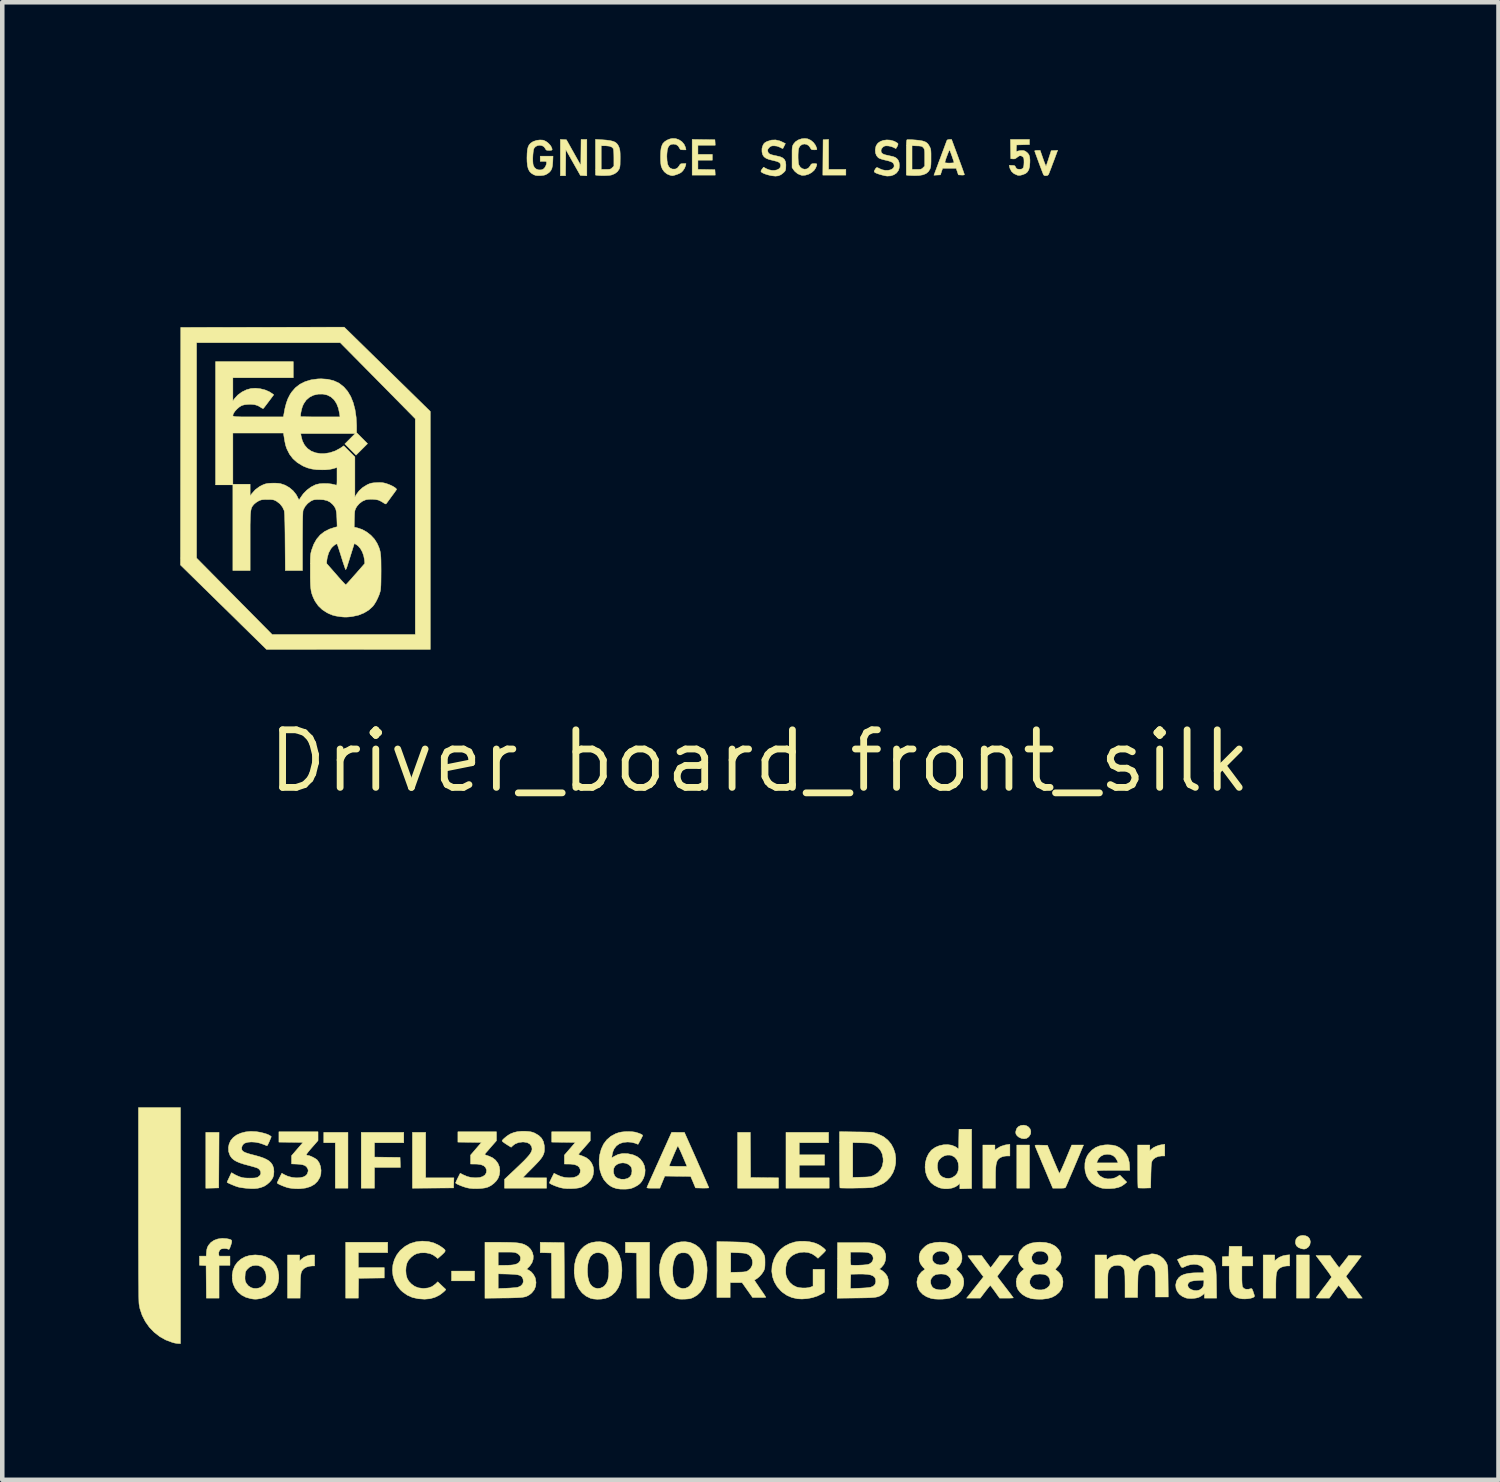
<source format=kicad_pcb>
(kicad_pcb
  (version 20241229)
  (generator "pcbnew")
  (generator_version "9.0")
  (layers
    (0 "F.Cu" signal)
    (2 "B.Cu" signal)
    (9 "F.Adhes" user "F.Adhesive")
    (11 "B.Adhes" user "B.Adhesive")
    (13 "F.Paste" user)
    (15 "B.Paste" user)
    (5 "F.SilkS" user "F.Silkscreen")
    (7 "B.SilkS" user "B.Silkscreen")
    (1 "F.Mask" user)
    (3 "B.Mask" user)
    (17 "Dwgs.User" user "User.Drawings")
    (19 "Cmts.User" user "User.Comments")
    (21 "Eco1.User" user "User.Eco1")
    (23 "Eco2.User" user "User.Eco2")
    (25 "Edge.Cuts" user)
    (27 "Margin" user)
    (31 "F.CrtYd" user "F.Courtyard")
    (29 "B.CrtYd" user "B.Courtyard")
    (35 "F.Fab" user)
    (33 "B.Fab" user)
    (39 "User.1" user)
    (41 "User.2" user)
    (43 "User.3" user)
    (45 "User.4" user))
  (footprint "Driver_board_front_silk"
    (layer "F.Cu")
    (at 13.708 13.743)
    (property "Reference" "Driver_board_front_silk" (at 0 0 0) (layer "F.SilkS") (effects (font (size 1.27 1.27) (thickness 0.15))))
    (attr through_hole)
    (fp_poly (pts (xy -6.287 11.468) (xy -6.795 11.468) (xy -6.795 11.252) (xy -6.287 11.252) (xy -6.287 11.468)) (stroke (width 0.01) (type solid)) (fill yes) (layer "F.SilkS"))
    (fp_poly (pts (xy 5.956 9.423) (xy 5.677 9.423) (xy 5.677 8.471) (xy 5.956 8.471) (xy 5.956 9.423)) (stroke (width 0.01) (type solid)) (fill yes) (layer "F.SilkS"))
    (fp_poly (pts (xy 12.129 11.849) (xy 11.849 11.849) (xy 11.849 10.897) (xy 12.129 10.897) (xy 12.129 11.849)) (stroke (width 0.01) (type solid)) (fill yes) (layer "F.SilkS"))
    (fp_poly (pts (xy -11.928 8.804) (xy -11.932 9.417) (xy -12.075 9.421) (xy -12.217 9.424) (xy -12.217 8.191) (xy -11.925 8.191) (xy -11.928 8.804)) (stroke (width 0.01) (type solid)) (fill yes) (layer "F.SilkS"))
    (fp_poly (pts (xy -9.081 9.423) (xy -9.36 9.423) (xy -9.36 8.42) (xy -9.614 8.42) (xy -9.614 8.191) (xy -9.081 8.191) (xy -9.081 9.423)) (stroke (width 0.01) (type solid)) (fill yes) (layer "F.SilkS"))
    (fp_poly (pts (xy -7.366 9.195) (xy -6.743 9.195) (xy -6.75 9.417) (xy -7.658 9.424) (xy -7.658 8.191) (xy -7.366 8.191) (xy -7.366 9.195)) (stroke (width 0.01) (type solid)) (fill yes) (layer "F.SilkS"))
    (fp_poly (pts (xy -2.426 11.849) (xy -2.705 11.849) (xy -2.711 10.852) (xy -2.959 10.845) (xy -2.959 10.617) (xy -2.426 10.617) (xy -2.426 11.849)) (stroke (width 0.01) (type solid)) (fill yes) (layer "F.SilkS"))
    (fp_poly (pts (xy 1.524 -13.056) (xy 1.905 -13.056) (xy 1.905 -12.929) (xy 1.397 -12.929) (xy 1.403 -13.71) (xy 1.524 -13.717) (xy 1.524 -13.056)) (stroke (width 0.01) (type solid)) (fill yes) (layer "F.SilkS"))
    (fp_poly (pts (xy -4.312 10.624) (xy -4.308 11.236) (xy -4.305 11.849) (xy -4.584 11.849) (xy -4.591 10.852) (xy -4.839 10.845) (xy -4.839 10.617) (xy -4.312 10.624)) (stroke (width 0.01) (type solid)) (fill yes) (layer "F.SilkS"))
    (fp_poly (pts (xy -0.2 8.69) (xy -0.197 9.188) (xy 0.111 9.192) (xy 0.419 9.195) (xy 0.419 9.423) (xy -0.483 9.423) (xy -0.483 8.191) (xy -0.203 8.191) (xy -0.2 8.69)) (stroke (width 0.01) (type solid)) (fill yes) (layer "F.SilkS"))
    (fp_poly (pts (xy -8.204 10.846) (xy -8.852 10.846) (xy -8.852 11.176) (xy -8.28 11.176) (xy -8.28 11.404) (xy -8.846 11.411) (xy -8.852 11.849) (xy -9.131 11.849) (xy -9.131 10.617) (xy -8.204 10.617) (xy -8.204 10.846)) (stroke (width 0.01) (type solid)) (fill yes) (layer "F.SilkS"))
    (fp_poly (pts (xy -7.849 8.42) (xy -8.496 8.42) (xy -8.496 8.737) (xy -7.931 8.744) (xy -7.924 8.966) (xy -8.496 8.966) (xy -8.496 9.423) (xy -8.788 9.423) (xy -8.788 8.191) (xy -7.849 8.191) (xy -7.849 8.42)) (stroke (width 0.01) (type solid)) (fill yes) (layer "F.SilkS"))
    (fp_poly (pts (xy -4.261 -13.71) (xy -3.943 -13.143) (xy -3.937 -13.716) (xy -3.81 -13.716) (xy -3.81 -12.915) (xy -3.881 -12.918) (xy -3.952 -12.922) (xy -4.274 -13.492) (xy -4.277 -13.204) (xy -4.28 -12.916) (xy -4.394 -12.916) (xy -4.394 -13.717) (xy -4.261 -13.71)) (stroke (width 0.01) (type solid)) (fill yes) (layer "F.SilkS"))
    (fp_poly (pts (xy 1.524 8.42) (xy 0.876 8.42) (xy 0.876 8.687) (xy 1.435 8.687) (xy 1.435 8.915) (xy 0.876 8.915) (xy 0.876 9.195) (xy 1.537 9.195) (xy 1.537 9.423) (xy 0.584 9.423) (xy 0.584 8.191) (xy 1.524 8.191) (xy 1.524 8.42)) (stroke (width 0.01) (type solid)) (fill yes) (layer "F.SilkS"))
    (fp_poly (pts (xy -1.235 -13.713) (xy -0.984 -13.71) (xy -0.98 -13.649) (xy -0.977 -13.589) (xy -1.359 -13.589) (xy -1.359 -13.386) (xy -1.041 -13.386) (xy -1.041 -13.259) (xy -1.359 -13.259) (xy -1.359 -13.056) (xy -0.984 -13.049) (xy -0.98 -12.989) (xy -0.977 -12.929) (xy -1.486 -12.929) (xy -1.486 -13.717) (xy -1.235 -13.713)) (stroke (width 0.01) (type solid)) (fill yes) (layer "F.SilkS"))
    (fp_poly (pts (xy 5.888 8.044) (xy 5.935 8.073) (xy 5.969 8.113) (xy 5.986 8.161) (xy 5.984 8.214) (xy 5.977 8.234) (xy 5.942 8.289) (xy 5.895 8.322) (xy 5.837 8.333) (xy 5.776 8.323) (xy 5.719 8.296) (xy 5.683 8.265) (xy 5.661 8.233) (xy 5.653 8.203) (xy 5.655 8.169) (xy 5.673 8.11) (xy 5.71 8.066) (xy 5.767 8.039) (xy 5.771 8.038) (xy 5.832 8.032) (xy 5.888 8.044)) (stroke (width 0.01) (type solid)) (fill yes) (layer "F.SilkS"))
    (fp_poly (pts (xy 12.055 10.475) (xy 12.106 10.502) (xy 12.14 10.545) (xy 12.154 10.601) (xy 12.154 10.609) (xy 12.143 10.67) (xy 12.112 10.719) (xy 12.07 10.75) (xy 12.038 10.764) (xy 12.011 10.767) (xy 11.976 10.762) (xy 11.957 10.758) (xy 11.892 10.733) (xy 11.849 10.697) (xy 11.827 10.647) (xy 11.824 10.614) (xy 11.835 10.555) (xy 11.866 10.508) (xy 11.915 10.478) (xy 11.979 10.465) (xy 11.989 10.465) (xy 12.055 10.475)) (stroke (width 0.01) (type solid)) (fill yes) (layer "F.SilkS"))
    (fp_poly (pts (xy 5.524 8.712) (xy 5.461 8.712) (xy 5.412 8.716) (xy 5.364 8.727) (xy 5.35 8.732) (xy 5.308 8.752) (xy 5.276 8.776) (xy 5.251 8.807) (xy 5.232 8.849) (xy 5.22 8.903) (xy 5.212 8.973) (xy 5.208 9.063) (xy 5.207 9.175) (xy 5.207 9.423) (xy 4.928 9.423) (xy 4.928 8.471) (xy 5.194 8.471) (xy 5.194 8.586) (xy 5.242 8.548) (xy 5.319 8.502) (xy 5.415 8.471) (xy 5.462 8.463) (xy 5.524 8.455) (xy 5.524 8.712)) (stroke (width 0.01) (type solid)) (fill yes) (layer "F.SilkS"))
    (fp_poly (pts (xy 11.697 11.138) (xy 11.643 11.138) (xy 11.579 11.146) (xy 11.517 11.166) (xy 11.469 11.194) (xy 11.465 11.197) (xy 11.443 11.22) (xy 11.425 11.246) (xy 11.412 11.278) (xy 11.403 11.32) (xy 11.397 11.375) (xy 11.394 11.447) (xy 11.392 11.54) (xy 11.392 11.586) (xy 11.392 11.849) (xy 11.113 11.849) (xy 11.113 10.897) (xy 11.367 10.897) (xy 11.367 11.028) (xy 11.401 10.996) (xy 11.469 10.947) (xy 11.551 10.914) (xy 11.623 10.9) (xy 11.697 10.893) (xy 11.697 11.138)) (stroke (width 0.01) (type solid)) (fill yes) (layer "F.SilkS"))
    (fp_poly (pts (xy -10.147 11.029) (xy -10.105 10.988) (xy -10.05 10.947) (xy -9.98 10.916) (xy -9.908 10.899) (xy -9.874 10.897) (xy -9.817 10.897) (xy -9.817 11.138) (xy -9.862 11.138) (xy -9.93 11.145) (xy -9.993 11.163) (xy -10.042 11.19) (xy -10.05 11.196) (xy -10.074 11.22) (xy -10.093 11.244) (xy -10.107 11.27) (xy -10.116 11.304) (xy -10.123 11.348) (xy -10.128 11.407) (xy -10.13 11.484) (xy -10.132 11.579) (xy -10.137 11.849) (xy -10.414 11.849) (xy -10.414 10.897) (xy -10.147 10.897) (xy -10.147 11.029)) (stroke (width 0.01) (type solid)) (fill yes) (layer "F.SilkS"))
    (fp_poly (pts (xy -7.264 -7.715) (xy -7.264 -2.464) (xy -10.878 -2.465) (xy -11.443 -3.019) (xy -11.557 -3.132) (xy -11.678 -3.251) (xy -11.803 -3.373) (xy -11.927 -3.494) (xy -12.048 -3.613) (xy -12.162 -3.725) (xy -12.266 -3.826) (xy -12.356 -3.915) (xy -12.392 -3.95) (xy -12.776 -4.327) (xy -12.773 -6.948) (xy -12.77 -9.233) (xy -12.421 -9.233) (xy -12.421 -4.48) (xy -10.754 -2.794) (xy -7.595 -2.794) (xy -7.595 -7.554) (xy -8.423 -8.394) (xy -9.252 -9.233) (xy -12.421 -9.233) (xy -12.77 -9.233) (xy -12.77 -9.569) (xy -9.163 -9.575) (xy -7.264 -7.715)) (stroke (width 0.01) (type solid)) (fill yes) (layer "F.SilkS"))
    (fp_poly (pts (xy -12.776 12.852) (xy -12.824 12.851) (xy -12.862 12.847) (xy -12.912 12.838) (xy -12.953 12.827) (xy -13.099 12.773) (xy -13.234 12.697) (xy -13.356 12.602) (xy -13.463 12.491) (xy -13.552 12.365) (xy -13.622 12.228) (xy -13.671 12.081) (xy -13.69 11.981) (xy -13.692 11.953) (xy -13.694 11.9) (xy -13.696 11.822) (xy -13.697 11.718) (xy -13.698 11.589) (xy -13.7 11.435) (xy -13.701 11.255) (xy -13.701 11.05) (xy -13.702 10.821) (xy -13.703 10.566) (xy -13.703 10.286) (xy -13.703 9.981) (xy -13.703 9.765) (xy -13.703 7.645) (xy -12.776 7.645) (xy -12.776 12.852)) (stroke (width 0.01) (type solid)) (fill yes) (layer "F.SilkS"))
    (fp_poly (pts (xy 8.941 8.712) (xy 8.874 8.712) (xy 8.802 8.722) (xy 8.737 8.748) (xy 8.687 8.788) (xy 8.668 8.814) (xy 8.659 8.831) (xy 8.653 8.851) (xy 8.648 8.877) (xy 8.644 8.914) (xy 8.641 8.964) (xy 8.639 9.032) (xy 8.636 9.121) (xy 8.636 9.138) (xy 8.63 9.417) (xy 8.496 9.421) (xy 8.44 9.421) (xy 8.393 9.42) (xy 8.362 9.418) (xy 8.353 9.415) (xy 8.351 9.401) (xy 8.349 9.364) (xy 8.347 9.308) (xy 8.346 9.234) (xy 8.345 9.147) (xy 8.344 9.049) (xy 8.344 8.943) (xy 8.344 8.471) (xy 8.611 8.471) (xy 8.611 8.597) (xy 8.643 8.565) (xy 8.688 8.531) (xy 8.749 8.5) (xy 8.816 8.476) (xy 8.874 8.464) (xy 8.941 8.455) (xy 8.941 8.712)) (stroke (width 0.01) (type solid)) (fill yes) (layer "F.SilkS"))
    (fp_poly (pts (xy -11.754 10.537) (xy -11.752 10.538) (xy -11.695 10.549) (xy -11.661 10.562) (xy -11.645 10.582) (xy -11.646 10.615) (xy -11.659 10.664) (xy -11.666 10.684) (xy -11.683 10.732) (xy -11.695 10.76) (xy -11.705 10.772) (xy -11.717 10.772) (xy -11.725 10.768) (xy -11.763 10.757) (xy -11.812 10.754) (xy -11.859 10.76) (xy -11.885 10.768) (xy -11.916 10.798) (xy -11.932 10.842) (xy -11.931 10.886) (xy -11.923 10.922) (xy -11.684 10.922) (xy -11.684 11.125) (xy -11.925 11.125) (xy -11.925 11.849) (xy -12.204 11.849) (xy -12.208 11.49) (xy -12.211 11.132) (xy -12.357 11.124) (xy -12.357 10.922) (xy -12.208 10.922) (xy -12.202 10.833) (xy -12.194 10.772) (xy -12.18 10.725) (xy -12.158 10.684) (xy -12.105 10.621) (xy -12.034 10.573) (xy -11.95 10.543) (xy -11.855 10.53) (xy -11.754 10.537)) (stroke (width 0.01) (type solid)) (fill yes) (layer "F.SilkS"))
    (fp_poly (pts (xy 6.542 -13.377) (xy 6.498 -13.258) (xy 6.461 -13.162) (xy 6.433 -13.085) (xy 6.41 -13.027) (xy 6.394 -12.984) (xy 6.382 -12.956) (xy 6.375 -12.941) (xy 6.375 -12.94) (xy 6.352 -12.921) (xy 6.317 -12.916) (xy 6.285 -12.92) (xy 6.267 -12.935) (xy 6.26 -12.951) (xy 6.233 -13.021) (xy 6.204 -13.097) (xy 6.175 -13.174) (xy 6.147 -13.25) (xy 6.122 -13.319) (xy 6.1 -13.379) (xy 6.083 -13.426) (xy 6.073 -13.455) (xy 6.071 -13.464) (xy 6.082 -13.47) (xy 6.111 -13.474) (xy 6.131 -13.475) (xy 6.192 -13.475) (xy 6.254 -13.297) (xy 6.276 -13.235) (xy 6.296 -13.184) (xy 6.311 -13.146) (xy 6.32 -13.126) (xy 6.322 -13.125) (xy 6.327 -13.138) (xy 6.339 -13.171) (xy 6.355 -13.219) (xy 6.375 -13.278) (xy 6.381 -13.299) (xy 6.436 -13.468) (xy 6.507 -13.472) (xy 6.578 -13.476) (xy 6.542 -13.377)) (stroke (width 0.01) (type solid)) (fill yes) (layer "F.SilkS"))
    (fp_poly (pts (xy 10.643 10.935) (xy 10.884 10.935) (xy 10.884 11.138) (xy 10.643 11.138) (xy 10.643 11.353) (xy 10.643 11.441) (xy 10.646 11.513) (xy 10.65 11.566) (xy 10.656 11.597) (xy 10.657 11.6) (xy 10.686 11.635) (xy 10.731 11.653) (xy 10.791 11.652) (xy 10.84 11.64) (xy 10.855 11.638) (xy 10.867 11.648) (xy 10.88 11.673) (xy 10.894 11.712) (xy 10.908 11.755) (xy 10.919 11.789) (xy 10.922 11.806) (xy 10.91 11.824) (xy 10.878 11.84) (xy 10.831 11.853) (xy 10.775 11.862) (xy 10.715 11.866) (xy 10.655 11.865) (xy 10.604 11.857) (xy 10.549 11.843) (xy 10.508 11.825) (xy 10.474 11.8) (xy 10.443 11.771) (xy 10.417 11.741) (xy 10.398 11.71) (xy 10.383 11.673) (xy 10.374 11.627) (xy 10.367 11.568) (xy 10.364 11.492) (xy 10.363 11.395) (xy 10.363 11.378) (xy 10.363 11.138) (xy 10.211 11.138) (xy 10.211 10.936) (xy 10.284 10.932) (xy 10.357 10.928) (xy 10.364 10.706) (xy 10.643 10.706) (xy 10.643 10.935)) (stroke (width 0.01) (type solid)) (fill yes) (layer "F.SilkS"))
    (fp_poly (pts (xy 7.129 8.519) (xy 7.098 8.592) (xy 7.064 8.675) (xy 7.026 8.765) (xy 6.986 8.86) (xy 6.946 8.955) (xy 6.906 9.049) (xy 6.868 9.137) (xy 6.834 9.217) (xy 6.805 9.287) (xy 6.781 9.342) (xy 6.764 9.38) (xy 6.756 9.398) (xy 6.756 9.399) (xy 6.748 9.41) (xy 6.733 9.417) (xy 6.709 9.421) (xy 6.668 9.423) (xy 6.607 9.423) (xy 6.607 9.423) (xy 6.471 9.423) (xy 6.28 8.97) (xy 6.237 8.869) (xy 6.198 8.774) (xy 6.162 8.689) (xy 6.131 8.615) (xy 6.107 8.557) (xy 6.09 8.516) (xy 6.081 8.495) (xy 6.08 8.494) (xy 6.078 8.484) (xy 6.083 8.477) (xy 6.099 8.473) (xy 6.13 8.472) (xy 6.181 8.473) (xy 6.212 8.474) (xy 6.353 8.477) (xy 6.479 8.782) (xy 6.514 8.865) (xy 6.546 8.939) (xy 6.573 9.003) (xy 6.595 9.053) (xy 6.61 9.085) (xy 6.616 9.097) (xy 6.623 9.088) (xy 6.638 9.059) (xy 6.661 9.012) (xy 6.688 8.95) (xy 6.72 8.877) (xy 6.755 8.794) (xy 6.757 8.789) (xy 6.889 8.471) (xy 7.149 8.471) (xy 7.129 8.519)) (stroke (width 0.01) (type solid)) (fill yes) (layer "F.SilkS"))
    (fp_poly (pts (xy -3.483 -13.71) (xy -3.379 -13.702) (xy -3.297 -13.691) (xy -3.234 -13.676) (xy -3.186 -13.656) (xy -3.15 -13.628) (xy -3.123 -13.593) (xy -3.102 -13.55) (xy -3.091 -13.519) (xy -3.083 -13.488) (xy -3.078 -13.451) (xy -3.075 -13.403) (xy -3.074 -13.338) (xy -3.074 -13.297) (xy -3.075 -13.22) (xy -3.076 -13.164) (xy -3.08 -13.122) (xy -3.086 -13.091) (xy -3.096 -13.065) (xy -3.098 -13.06) (xy -3.136 -13.005) (xy -3.194 -12.961) (xy -3.267 -12.932) (xy -3.277 -12.93) (xy -3.321 -12.923) (xy -3.382 -12.92) (xy -3.45 -12.918) (xy -3.518 -12.92) (xy -3.577 -12.925) (xy -3.578 -12.925) (xy -3.619 -12.93) (xy -3.619 -13.576) (xy -3.493 -13.576) (xy -3.493 -13.056) (xy -3.39 -13.056) (xy -3.338 -13.056) (xy -3.304 -13.059) (xy -3.281 -13.067) (xy -3.262 -13.081) (xy -3.25 -13.093) (xy -3.213 -13.13) (xy -3.213 -13.309) (xy -3.214 -13.376) (xy -3.216 -13.436) (xy -3.22 -13.482) (xy -3.225 -13.51) (xy -3.226 -13.514) (xy -3.258 -13.547) (xy -3.312 -13.568) (xy -3.388 -13.576) (xy -3.403 -13.576) (xy -3.493 -13.576) (xy -3.619 -13.576) (xy -3.619 -13.718) (xy -3.483 -13.71)) (stroke (width 0.01) (type solid)) (fill yes) (layer "F.SilkS"))
    (fp_poly (pts (xy 4.68 9.43) (xy 4.42 9.437) (xy 4.42 9.317) (xy 4.383 9.352) (xy 4.324 9.392) (xy 4.249 9.42) (xy 4.164 9.435) (xy 4.076 9.435) (xy 3.99 9.42) (xy 3.946 9.405) (xy 3.854 9.358) (xy 3.782 9.3) (xy 3.726 9.225) (xy 3.695 9.164) (xy 3.664 9.067) (xy 3.653 8.964) (xy 3.657 8.902) (xy 3.925 8.902) (xy 3.926 8.976) (xy 3.941 9.05) (xy 3.971 9.114) (xy 3.992 9.142) (xy 4.042 9.18) (xy 4.105 9.202) (xy 4.173 9.208) (xy 4.238 9.196) (xy 4.258 9.187) (xy 4.322 9.144) (xy 4.365 9.09) (xy 4.388 9.021) (xy 4.394 8.951) (xy 4.384 8.865) (xy 4.355 8.794) (xy 4.308 8.74) (xy 4.246 8.705) (xy 4.203 8.693) (xy 4.137 8.693) (xy 4.07 8.713) (xy 4.009 8.75) (xy 3.962 8.799) (xy 3.941 8.835) (xy 3.925 8.902) (xy 3.657 8.902) (xy 3.66 8.861) (xy 3.685 8.761) (xy 3.727 8.67) (xy 3.784 8.594) (xy 3.805 8.574) (xy 3.88 8.522) (xy 3.966 8.486) (xy 4.058 8.466) (xy 4.151 8.462) (xy 4.239 8.475) (xy 4.316 8.506) (xy 4.342 8.522) (xy 4.394 8.56) (xy 4.397 8.341) (xy 4.401 8.122) (xy 4.68 8.122) (xy 4.68 9.43)) (stroke (width 0.01) (type solid)) (fill yes) (layer "F.SilkS"))
    (fp_poly (pts (xy 5.956 -13.603) (xy 5.671 -13.595) (xy 5.667 -13.521) (xy 5.665 -13.479) (xy 5.667 -13.458) (xy 5.675 -13.453) (xy 5.686 -13.456) (xy 5.712 -13.463) (xy 5.751 -13.47) (xy 5.772 -13.472) (xy 5.819 -13.472) (xy 5.854 -13.462) (xy 5.879 -13.447) (xy 5.919 -13.414) (xy 5.946 -13.375) (xy 5.961 -13.326) (xy 5.967 -13.262) (xy 5.966 -13.208) (xy 5.959 -13.118) (xy 5.941 -13.049) (xy 5.911 -12.999) (xy 5.868 -12.963) (xy 5.809 -12.94) (xy 5.797 -12.936) (xy 5.764 -12.928) (xy 5.74 -12.923) (xy 5.715 -12.923) (xy 5.687 -12.929) (xy 5.614 -12.962) (xy 5.56 -13.011) (xy 5.526 -13.077) (xy 5.519 -13.103) (xy 5.51 -13.145) (xy 5.571 -13.144) (xy 5.609 -13.142) (xy 5.631 -13.135) (xy 5.645 -13.116) (xy 5.652 -13.103) (xy 5.667 -13.077) (xy 5.687 -13.064) (xy 5.721 -13.059) (xy 5.728 -13.058) (xy 5.774 -13.06) (xy 5.804 -13.073) (xy 5.824 -13.101) (xy 5.833 -13.148) (xy 5.836 -13.21) (xy 5.835 -13.262) (xy 5.832 -13.295) (xy 5.824 -13.316) (xy 5.811 -13.331) (xy 5.806 -13.336) (xy 5.771 -13.356) (xy 5.738 -13.356) (xy 5.7 -13.334) (xy 5.684 -13.321) (xy 5.65 -13.296) (xy 5.618 -13.286) (xy 5.592 -13.287) (xy 5.544 -13.291) (xy 5.54 -13.503) (xy 5.537 -13.716) (xy 5.956 -13.716) (xy 5.956 -13.603)) (stroke (width 0.01) (type solid)) (fill yes) (layer "F.SilkS"))
    (fp_poly (pts (xy 4.38 -13.334) (xy 4.414 -13.241) (xy 4.446 -13.155) (xy 4.473 -13.08) (xy 4.495 -13.018) (xy 4.511 -12.972) (xy 4.52 -12.946) (xy 4.521 -12.94) (xy 4.51 -12.933) (xy 4.479 -12.93) (xy 4.455 -12.931) (xy 4.388 -12.935) (xy 4.338 -13.081) (xy 4.041 -13.081) (xy 4.016 -13.008) (xy 3.992 -12.935) (xy 3.92 -12.931) (xy 3.848 -12.927) (xy 3.862 -12.963) (xy 3.87 -12.984) (xy 3.885 -13.025) (xy 3.907 -13.083) (xy 3.934 -13.155) (xy 3.952 -13.205) (xy 4.089 -13.205) (xy 4.101 -13.201) (xy 4.132 -13.197) (xy 4.177 -13.195) (xy 4.191 -13.195) (xy 4.238 -13.197) (xy 4.274 -13.2) (xy 4.292 -13.205) (xy 4.293 -13.206) (xy 4.289 -13.221) (xy 4.278 -13.255) (xy 4.263 -13.3) (xy 4.245 -13.352) (xy 4.226 -13.405) (xy 4.208 -13.453) (xy 4.196 -13.487) (xy 4.19 -13.482) (xy 4.178 -13.458) (xy 4.162 -13.42) (xy 4.144 -13.373) (xy 4.125 -13.324) (xy 4.109 -13.277) (xy 4.097 -13.238) (xy 4.09 -13.211) (xy 4.089 -13.205) (xy 3.952 -13.205) (xy 3.964 -13.237) (xy 3.997 -13.325) (xy 4.001 -13.335) (xy 4.033 -13.423) (xy 4.064 -13.504) (xy 4.09 -13.575) (xy 4.111 -13.632) (xy 4.126 -13.673) (xy 4.134 -13.693) (xy 4.134 -13.694) (xy 4.151 -13.71) (xy 4.187 -13.716) (xy 4.19 -13.716) (xy 4.238 -13.716) (xy 4.38 -13.334)) (stroke (width 0.01) (type solid)) (fill yes) (layer "F.SilkS"))
    (fp_poly (pts (xy 1.064 -13.729) (xy 1.13 -13.699) (xy 1.189 -13.65) (xy 1.235 -13.588) (xy 1.262 -13.522) (xy 1.266 -13.502) (xy 1.26 -13.491) (xy 1.24 -13.488) (xy 1.207 -13.487) (xy 1.168 -13.489) (xy 1.146 -13.496) (xy 1.13 -13.515) (xy 1.119 -13.536) (xy 1.084 -13.581) (xy 1.038 -13.608) (xy 0.988 -13.616) (xy 0.939 -13.605) (xy 0.897 -13.575) (xy 0.869 -13.531) (xy 0.86 -13.495) (xy 0.854 -13.441) (xy 0.851 -13.377) (xy 0.851 -13.308) (xy 0.854 -13.244) (xy 0.859 -13.19) (xy 0.868 -13.154) (xy 0.868 -13.154) (xy 0.9 -13.104) (xy 0.943 -13.072) (xy 0.992 -13.059) (xy 1.041 -13.065) (xy 1.085 -13.09) (xy 1.118 -13.133) (xy 1.135 -13.162) (xy 1.152 -13.177) (xy 1.178 -13.182) (xy 1.208 -13.183) (xy 1.242 -13.182) (xy 1.261 -13.177) (xy 1.265 -13.162) (xy 1.257 -13.133) (xy 1.239 -13.087) (xy 1.204 -13.034) (xy 1.151 -12.987) (xy 1.087 -12.951) (xy 1.017 -12.929) (xy 0.949 -12.923) (xy 0.919 -12.928) (xy 0.843 -12.959) (xy 0.779 -13.012) (xy 0.756 -13.041) (xy 0.718 -13.096) (xy 0.718 -13.327) (xy 0.718 -13.409) (xy 0.718 -13.47) (xy 0.72 -13.514) (xy 0.724 -13.546) (xy 0.729 -13.57) (xy 0.737 -13.59) (xy 0.748 -13.611) (xy 0.749 -13.613) (xy 0.793 -13.665) (xy 0.854 -13.705) (xy 0.925 -13.73) (xy 1.001 -13.738) (xy 1.064 -13.729)) (stroke (width 0.01) (type solid)) (fill yes) (layer "F.SilkS"))
    (fp_poly (pts (xy -5.804 8.277) (xy -5.804 8.376) (xy -5.922 8.51) (xy -5.965 8.56) (xy -6.004 8.605) (xy -6.035 8.64) (xy -6.053 8.661) (xy -6.055 8.664) (xy -6.061 8.675) (xy -6.054 8.685) (xy -6.032 8.695) (xy -5.989 8.709) (xy -5.981 8.712) (xy -5.894 8.75) (xy -5.824 8.805) (xy -5.772 8.874) (xy -5.74 8.953) (xy -5.729 9.04) (xy -5.741 9.13) (xy -5.767 9.202) (xy -5.806 9.261) (xy -5.862 9.318) (xy -5.928 9.367) (xy -5.992 9.399) (xy -6.056 9.417) (xy -6.137 9.428) (xy -6.227 9.433) (xy -6.318 9.432) (xy -6.403 9.424) (xy -6.458 9.413) (xy -6.511 9.397) (xy -6.566 9.378) (xy -6.618 9.357) (xy -6.663 9.337) (xy -6.693 9.32) (xy -6.706 9.307) (xy -6.706 9.307) (xy -6.7 9.291) (xy -6.686 9.259) (xy -6.665 9.215) (xy -6.655 9.195) (xy -6.604 9.094) (xy -6.531 9.131) (xy -6.449 9.166) (xy -6.368 9.186) (xy -6.277 9.194) (xy -6.255 9.194) (xy -6.171 9.187) (xy -6.105 9.165) (xy -6.057 9.131) (xy -6.029 9.086) (xy -6.022 9.03) (xy -6.025 9.014) (xy -6.045 8.965) (xy -6.085 8.928) (xy -6.146 8.904) (xy -6.229 8.892) (xy -6.277 8.891) (xy -6.375 8.89) (xy -6.375 8.693) (xy -6.255 8.553) (xy -6.135 8.414) (xy -6.395 8.41) (xy -6.655 8.407) (xy -6.655 8.179) (xy -5.804 8.179) (xy -5.804 8.277)) (stroke (width 0.01) (type solid)) (fill yes) (layer "F.SilkS"))
    (fp_poly (pts (xy -3.734 8.277) (xy -3.734 8.376) (xy -3.851 8.51) (xy -3.895 8.56) (xy -3.934 8.605) (xy -3.965 8.64) (xy -3.983 8.661) (xy -3.985 8.664) (xy -3.991 8.675) (xy -3.984 8.685) (xy -3.962 8.695) (xy -3.919 8.709) (xy -3.911 8.712) (xy -3.824 8.75) (xy -3.753 8.805) (xy -3.702 8.874) (xy -3.67 8.953) (xy -3.659 9.04) (xy -3.671 9.13) (xy -3.697 9.202) (xy -3.736 9.261) (xy -3.792 9.318) (xy -3.858 9.367) (xy -3.922 9.399) (xy -3.986 9.417) (xy -4.067 9.428) (xy -4.157 9.433) (xy -4.248 9.432) (xy -4.333 9.424) (xy -4.388 9.413) (xy -4.441 9.397) (xy -4.496 9.378) (xy -4.548 9.357) (xy -4.593 9.337) (xy -4.623 9.32) (xy -4.635 9.307) (xy -4.636 9.307) (xy -4.63 9.291) (xy -4.616 9.259) (xy -4.595 9.215) (xy -4.585 9.195) (xy -4.534 9.094) (xy -4.461 9.131) (xy -4.379 9.166) (xy -4.298 9.186) (xy -4.207 9.194) (xy -4.185 9.194) (xy -4.101 9.187) (xy -4.035 9.165) (xy -3.987 9.131) (xy -3.959 9.086) (xy -3.952 9.03) (xy -3.955 9.014) (xy -3.975 8.965) (xy -4.015 8.928) (xy -4.076 8.904) (xy -4.159 8.892) (xy -4.207 8.891) (xy -4.305 8.89) (xy -4.305 8.693) (xy -4.184 8.553) (xy -4.064 8.414) (xy -4.325 8.41) (xy -4.585 8.407) (xy -4.585 8.179) (xy -3.734 8.179) (xy -3.734 8.277)) (stroke (width 0.01) (type solid)) (fill yes) (layer "F.SilkS"))
    (fp_poly (pts (xy -1.849 -13.735) (xy -1.778 -13.71) (xy -1.714 -13.668) (xy -1.665 -13.611) (xy -1.634 -13.543) (xy -1.63 -13.527) (xy -1.622 -13.487) (xy -1.686 -13.487) (xy -1.725 -13.489) (xy -1.746 -13.496) (xy -1.759 -13.512) (xy -1.765 -13.526) (xy -1.798 -13.576) (xy -1.846 -13.606) (xy -1.901 -13.614) (xy -1.951 -13.607) (xy -1.99 -13.583) (xy -2.017 -13.541) (xy -2.035 -13.48) (xy -2.043 -13.396) (xy -2.045 -13.341) (xy -2.04 -13.246) (xy -2.028 -13.173) (xy -2.005 -13.12) (xy -1.971 -13.084) (xy -1.926 -13.064) (xy -1.914 -13.062) (xy -1.858 -13.062) (xy -1.81 -13.087) (xy -1.772 -13.134) (xy -1.772 -13.135) (xy -1.754 -13.164) (xy -1.736 -13.178) (xy -1.708 -13.182) (xy -1.684 -13.183) (xy -1.622 -13.183) (xy -1.63 -13.143) (xy -1.653 -13.082) (xy -1.693 -13.023) (xy -1.732 -12.986) (xy -1.76 -12.97) (xy -1.801 -12.952) (xy -1.847 -12.936) (xy -1.89 -12.923) (xy -1.922 -12.917) (xy -1.93 -12.917) (xy -1.946 -12.921) (xy -1.975 -12.928) (xy -1.977 -12.928) (xy -2.043 -12.956) (xy -2.101 -13.003) (xy -2.145 -13.065) (xy -2.171 -13.132) (xy -2.178 -13.185) (xy -2.183 -13.255) (xy -2.184 -13.333) (xy -2.182 -13.411) (xy -2.177 -13.479) (xy -2.171 -13.524) (xy -2.157 -13.572) (xy -2.138 -13.616) (xy -2.129 -13.63) (xy -2.092 -13.668) (xy -2.039 -13.702) (xy -1.977 -13.727) (xy -1.925 -13.738) (xy -1.849 -13.735)) (stroke (width 0.01) (type solid)) (fill yes) (layer "F.SilkS"))
    (fp_poly (pts (xy 7.785 8.473) (xy 7.869 8.492) (xy 7.943 8.528) (xy 8.012 8.58) (xy 8.013 8.58) (xy 8.082 8.658) (xy 8.13 8.747) (xy 8.157 8.849) (xy 8.164 8.917) (xy 8.169 9.03) (xy 7.806 9.03) (xy 7.684 9.03) (xy 7.588 9.031) (xy 7.516 9.034) (xy 7.468 9.037) (xy 7.445 9.041) (xy 7.442 9.043) (xy 7.451 9.074) (xy 7.475 9.112) (xy 7.506 9.148) (xy 7.522 9.161) (xy 7.592 9.199) (xy 7.672 9.218) (xy 7.757 9.217) (xy 7.839 9.197) (xy 7.904 9.164) (xy 7.949 9.133) (xy 8.026 9.211) (xy 8.103 9.29) (xy 8.055 9.331) (xy 7.993 9.375) (xy 7.922 9.405) (xy 7.837 9.424) (xy 7.734 9.432) (xy 7.642 9.432) (xy 7.569 9.425) (xy 7.531 9.416) (xy 7.424 9.375) (xy 7.335 9.316) (xy 7.265 9.241) (xy 7.215 9.15) (xy 7.185 9.046) (xy 7.178 8.978) (xy 7.18 8.874) (xy 7.182 8.865) (xy 7.44 8.865) (xy 7.912 8.865) (xy 7.893 8.817) (xy 7.854 8.751) (xy 7.802 8.705) (xy 7.735 8.68) (xy 7.67 8.674) (xy 7.594 8.686) (xy 7.53 8.719) (xy 7.48 8.771) (xy 7.449 8.836) (xy 7.44 8.865) (xy 7.182 8.865) (xy 7.197 8.787) (xy 7.231 8.709) (xy 7.259 8.666) (xy 7.332 8.585) (xy 7.414 8.526) (xy 7.509 8.488) (xy 7.618 8.469) (xy 7.684 8.466) (xy 7.785 8.473)) (stroke (width 0.01) (type solid)) (fill yes) (layer "F.SilkS"))
    (fp_poly (pts (xy -11.003 10.906) (xy -10.895 10.936) (xy -10.802 10.985) (xy -10.725 11.051) (xy -10.666 11.133) (xy -10.626 11.229) (xy -10.608 11.337) (xy -10.607 11.412) (xy -10.624 11.522) (xy -10.663 11.62) (xy -10.722 11.705) (xy -10.8 11.773) (xy -10.894 11.825) (xy -11.004 11.858) (xy -11.024 11.861) (xy -11.076 11.869) (xy -11.115 11.872) (xy -11.152 11.871) (xy -11.198 11.865) (xy -11.226 11.86) (xy -11.332 11.831) (xy -11.426 11.782) (xy -11.506 11.715) (xy -11.569 11.633) (xy -11.612 11.539) (xy -11.631 11.459) (xy -11.632 11.419) (xy -11.353 11.419) (xy -11.349 11.458) (xy -11.339 11.49) (xy -11.325 11.519) (xy -11.28 11.577) (xy -11.219 11.617) (xy -11.165 11.633) (xy -11.105 11.636) (xy -11.046 11.626) (xy -11.005 11.611) (xy -10.966 11.582) (xy -10.928 11.54) (xy -10.901 11.497) (xy -10.897 11.489) (xy -10.887 11.44) (xy -10.885 11.379) (xy -10.89 11.317) (xy -10.904 11.268) (xy -10.943 11.2) (xy -10.995 11.155) (xy -11.061 11.13) (xy -11.115 11.125) (xy -11.191 11.135) (xy -11.255 11.167) (xy -11.308 11.218) (xy -11.329 11.247) (xy -11.341 11.274) (xy -11.348 11.309) (xy -11.351 11.361) (xy -11.352 11.364) (xy -11.353 11.419) (xy -11.632 11.419) (xy -11.635 11.342) (xy -11.617 11.235) (xy -11.578 11.139) (xy -11.52 11.057) (xy -11.444 10.99) (xy -11.353 10.939) (xy -11.246 10.907) (xy -11.127 10.896) (xy -11.125 10.896) (xy -11.003 10.906)) (stroke (width 0.01) (type solid)) (fill yes) (layer "F.SilkS"))
    (fp_poly (pts (xy -3.43 10.616) (xy -3.402 10.623) (xy -3.299 10.668) (xy -3.213 10.733) (xy -3.143 10.816) (xy -3.09 10.916) (xy -3.055 11.035) (xy -3.038 11.17) (xy -3.036 11.239) (xy -3.045 11.383) (xy -3.072 11.509) (xy -3.117 11.619) (xy -3.179 11.711) (xy -3.259 11.785) (xy -3.337 11.832) (xy -3.407 11.856) (xy -3.49 11.87) (xy -3.579 11.874) (xy -3.663 11.867) (xy -3.73 11.852) (xy -3.828 11.804) (xy -3.912 11.736) (xy -3.981 11.649) (xy -4.034 11.547) (xy -4.07 11.429) (xy -4.087 11.298) (xy -4.089 11.239) (xy -4.086 11.197) (xy -3.796 11.197) (xy -3.796 11.296) (xy -3.785 11.391) (xy -3.764 11.475) (xy -3.738 11.534) (xy -3.693 11.588) (xy -3.637 11.623) (xy -3.574 11.637) (xy -3.509 11.629) (xy -3.448 11.6) (xy -3.414 11.571) (xy -3.374 11.516) (xy -3.346 11.447) (xy -3.33 11.362) (xy -3.324 11.256) (xy -3.324 11.254) (xy -3.328 11.14) (xy -3.343 11.046) (xy -3.367 10.974) (xy -3.382 10.945) (xy -3.431 10.892) (xy -3.49 10.858) (xy -3.553 10.845) (xy -3.616 10.851) (xy -3.674 10.877) (xy -3.723 10.923) (xy -3.738 10.946) (xy -3.768 11.015) (xy -3.787 11.101) (xy -3.796 11.197) (xy -4.086 11.197) (xy -4.079 11.105) (xy -4.051 10.983) (xy -4.005 10.873) (xy -3.943 10.779) (xy -3.865 10.703) (xy -3.778 10.649) (xy -3.7 10.622) (xy -3.61 10.607) (xy -3.517 10.605) (xy -3.43 10.616)) (stroke (width 0.01) (type solid)) (fill yes) (layer "F.SilkS"))
    (fp_poly (pts (xy 1.113 10.607) (xy 1.22 10.633) (xy 1.289 10.661) (xy 1.33 10.684) (xy 1.373 10.713) (xy 1.412 10.743) (xy 1.443 10.771) (xy 1.459 10.792) (xy 1.46 10.796) (xy 1.452 10.809) (xy 1.429 10.836) (xy 1.395 10.87) (xy 1.375 10.889) (xy 1.29 10.97) (xy 1.233 10.92) (xy 1.161 10.873) (xy 1.077 10.843) (xy 0.986 10.833) (xy 0.894 10.84) (xy 0.805 10.865) (xy 0.726 10.907) (xy 0.677 10.949) (xy 0.628 11.012) (xy 0.597 11.082) (xy 0.581 11.165) (xy 0.578 11.233) (xy 0.579 11.293) (xy 0.583 11.336) (xy 0.593 11.372) (xy 0.609 11.41) (xy 0.614 11.42) (xy 0.666 11.5) (xy 0.735 11.562) (xy 0.817 11.604) (xy 0.818 11.604) (xy 0.877 11.618) (xy 0.947 11.625) (xy 1.02 11.625) (xy 1.087 11.617) (xy 1.133 11.604) (xy 1.181 11.584) (xy 1.181 11.214) (xy 1.435 11.214) (xy 1.435 11.717) (xy 1.364 11.76) (xy 1.273 11.804) (xy 1.166 11.838) (xy 1.052 11.86) (xy 0.937 11.868) (xy 0.838 11.863) (xy 0.716 11.836) (xy 0.608 11.79) (xy 0.508 11.722) (xy 0.472 11.69) (xy 0.389 11.596) (xy 0.327 11.491) (xy 0.287 11.377) (xy 0.27 11.256) (xy 0.278 11.133) (xy 0.284 11.105) (xy 0.322 10.982) (xy 0.38 10.874) (xy 0.458 10.78) (xy 0.554 10.704) (xy 0.667 10.646) (xy 0.776 10.611) (xy 0.883 10.595) (xy 0.998 10.594) (xy 1.113 10.607)) (stroke (width 0.01) (type solid)) (fill yes) (layer "F.SilkS"))
    (fp_poly (pts (xy -9.741 8.372) (xy -9.874 8.524) (xy -9.919 8.576) (xy -9.957 8.622) (xy -9.984 8.658) (xy -9.999 8.681) (xy -10.001 8.688) (xy -9.983 8.697) (xy -9.966 8.7) (xy -9.934 8.706) (xy -9.89 8.723) (xy -9.841 8.747) (xy -9.796 8.773) (xy -9.763 8.797) (xy -9.757 8.803) (xy -9.714 8.867) (xy -9.686 8.944) (xy -9.674 9.029) (xy -9.679 9.113) (xy -9.7 9.184) (xy -9.75 9.269) (xy -9.819 9.337) (xy -9.907 9.387) (xy -10.012 9.419) (xy -10.135 9.434) (xy -10.185 9.435) (xy -10.25 9.433) (xy -10.317 9.427) (xy -10.373 9.419) (xy -10.386 9.417) (xy -10.431 9.405) (xy -10.482 9.387) (xy -10.534 9.367) (xy -10.582 9.346) (xy -10.619 9.327) (xy -10.64 9.312) (xy -10.643 9.307) (xy -10.637 9.291) (xy -10.623 9.259) (xy -10.602 9.215) (xy -10.591 9.194) (xy -10.54 9.093) (xy -10.487 9.124) (xy -10.408 9.16) (xy -10.32 9.184) (xy -10.23 9.195) (xy -10.145 9.193) (xy -10.071 9.177) (xy -10.045 9.166) (xy -10.006 9.142) (xy -9.982 9.113) (xy -9.97 9.084) (xy -9.959 9.048) (xy -9.959 9.021) (xy -9.97 8.991) (xy -9.973 8.986) (xy -9.996 8.95) (xy -10.03 8.924) (xy -10.077 8.907) (xy -10.142 8.896) (xy -10.201 8.892) (xy -10.325 8.887) (xy -10.325 8.706) (xy -10.199 8.56) (xy -10.073 8.414) (xy -10.339 8.41) (xy -10.604 8.407) (xy -10.604 8.179) (xy -9.741 8.179) (xy -9.741 8.372)) (stroke (width 0.01) (type solid)) (fill yes) (layer "F.SilkS"))
    (fp_poly (pts (xy -5.164 8.168) (xy -5.098 8.172) (xy -5.048 8.179) (xy -5.006 8.19) (xy -4.963 8.206) (xy -4.956 8.21) (xy -4.872 8.259) (xy -4.809 8.32) (xy -4.768 8.395) (xy -4.748 8.485) (xy -4.745 8.534) (xy -4.746 8.587) (xy -4.752 8.633) (xy -4.766 8.677) (xy -4.788 8.722) (xy -4.821 8.77) (xy -4.866 8.825) (xy -4.927 8.89) (xy -5.004 8.969) (xy -5.018 8.983) (xy -5.076 9.041) (xy -5.128 9.093) (xy -5.17 9.137) (xy -5.201 9.169) (xy -5.218 9.187) (xy -5.22 9.189) (xy -5.208 9.191) (xy -5.174 9.192) (xy -5.122 9.194) (xy -5.057 9.194) (xy -4.98 9.195) (xy -4.959 9.195) (xy -4.699 9.195) (xy -4.699 9.423) (xy -5.626 9.423) (xy -5.626 9.227) (xy -5.364 8.98) (xy -5.268 8.888) (xy -5.189 8.811) (xy -5.127 8.745) (xy -5.08 8.691) (xy -5.048 8.644) (xy -5.028 8.604) (xy -5.019 8.568) (xy -5.021 8.535) (xy -5.031 8.502) (xy -5.035 8.492) (xy -5.07 8.447) (xy -5.124 8.418) (xy -5.197 8.405) (xy -5.225 8.404) (xy -5.316 8.415) (xy -5.394 8.447) (xy -5.442 8.484) (xy -5.48 8.52) (xy -5.582 8.457) (xy -5.625 8.428) (xy -5.659 8.403) (xy -5.677 8.384) (xy -5.68 8.378) (xy -5.666 8.356) (xy -5.636 8.326) (xy -5.596 8.292) (xy -5.552 8.259) (xy -5.508 8.232) (xy -5.493 8.224) (xy -5.418 8.194) (xy -5.341 8.176) (xy -5.255 8.168) (xy -5.164 8.168)) (stroke (width 0.01) (type solid)) (fill yes) (layer "F.SilkS"))
    (fp_poly (pts (xy 3.314 -13.712) (xy 3.367 -13.71) (xy 3.429 -13.705) (xy 3.435 -13.705) (xy 3.527 -13.696) (xy 3.598 -13.683) (xy 3.651 -13.666) (xy 3.691 -13.642) (xy 3.722 -13.61) (xy 3.748 -13.567) (xy 3.75 -13.564) (xy 3.763 -13.537) (xy 3.773 -13.512) (xy 3.779 -13.485) (xy 3.782 -13.45) (xy 3.784 -13.403) (xy 3.784 -13.337) (xy 3.784 -13.304) (xy 3.784 -13.226) (xy 3.782 -13.168) (xy 3.778 -13.125) (xy 3.772 -13.094) (xy 3.763 -13.068) (xy 3.76 -13.06) (xy 3.725 -13.005) (xy 3.674 -12.963) (xy 3.606 -12.936) (xy 3.519 -12.921) (xy 3.418 -12.918) (xy 3.364 -12.92) (xy 3.315 -12.922) (xy 3.281 -12.925) (xy 3.28 -12.925) (xy 3.239 -12.93) (xy 3.239 -13.056) (xy 3.365 -13.056) (xy 3.468 -13.056) (xy 3.52 -13.056) (xy 3.554 -13.059) (xy 3.577 -13.067) (xy 3.596 -13.081) (xy 3.608 -13.093) (xy 3.645 -13.13) (xy 3.645 -13.314) (xy 3.645 -13.387) (xy 3.644 -13.438) (xy 3.641 -13.474) (xy 3.636 -13.498) (xy 3.629 -13.515) (xy 3.618 -13.53) (xy 3.614 -13.534) (xy 3.597 -13.552) (xy 3.579 -13.563) (xy 3.552 -13.569) (xy 3.511 -13.573) (xy 3.475 -13.574) (xy 3.365 -13.579) (xy 3.365 -13.056) (xy 3.239 -13.056) (xy 3.239 -13.317) (xy 3.239 -13.429) (xy 3.239 -13.519) (xy 3.24 -13.588) (xy 3.242 -13.639) (xy 3.245 -13.674) (xy 3.248 -13.696) (xy 3.253 -13.708) (xy 3.256 -13.711) (xy 3.275 -13.712) (xy 3.314 -13.712)) (stroke (width 0.01) (type solid)) (fill yes) (layer "F.SilkS"))
    (fp_poly (pts (xy -7.301 10.602) (xy -7.184 10.632) (xy -7.074 10.684) (xy -7.007 10.728) (xy -6.964 10.761) (xy -6.94 10.786) (xy -6.935 10.809) (xy -6.949 10.835) (xy -6.983 10.87) (xy -7.011 10.896) (xy -7.1 10.975) (xy -7.139 10.941) (xy -7.203 10.896) (xy -7.27 10.867) (xy -7.347 10.852) (xy -7.387 10.848) (xy -7.48 10.85) (xy -7.557 10.865) (xy -7.625 10.898) (xy -7.681 10.942) (xy -7.739 11.004) (xy -7.777 11.071) (xy -7.798 11.15) (xy -7.804 11.239) (xy -7.797 11.334) (xy -7.775 11.412) (xy -7.736 11.479) (xy -7.681 11.537) (xy -7.609 11.589) (xy -7.529 11.621) (xy -7.435 11.634) (xy -7.405 11.635) (xy -7.309 11.624) (xy -7.226 11.594) (xy -7.154 11.541) (xy -7.147 11.535) (xy -7.099 11.488) (xy -7.014 11.57) (xy -6.976 11.606) (xy -6.945 11.635) (xy -6.927 11.652) (xy -6.923 11.656) (xy -6.925 11.666) (xy -6.944 11.688) (xy -6.974 11.715) (xy -7.011 11.745) (xy -7.049 11.773) (xy -7.068 11.785) (xy -7.166 11.833) (xy -7.272 11.862) (xy -7.39 11.872) (xy -7.522 11.863) (xy -7.531 11.862) (xy -7.658 11.834) (xy -7.773 11.783) (xy -7.876 11.71) (xy -7.925 11.664) (xy -8.001 11.567) (xy -8.055 11.461) (xy -8.088 11.348) (xy -8.099 11.232) (xy -8.089 11.115) (xy -8.057 11.002) (xy -8.004 10.896) (xy -7.929 10.799) (xy -7.918 10.789) (xy -7.819 10.706) (xy -7.708 10.645) (xy -7.586 10.608) (xy -7.452 10.592) (xy -7.429 10.592) (xy -7.301 10.602)) (stroke (width 0.01) (type solid)) (fill yes) (layer "F.SilkS"))
    (fp_poly (pts (xy 4.998 11.043) (xy 5.035 11.092) (xy 5.066 11.134) (xy 5.088 11.163) (xy 5.099 11.176) (xy 5.1 11.176) (xy 5.108 11.166) (xy 5.129 11.14) (xy 5.158 11.101) (xy 5.195 11.053) (xy 5.202 11.043) (xy 5.301 10.909) (xy 5.601 10.909) (xy 5.423 11.136) (xy 5.372 11.202) (xy 5.327 11.26) (xy 5.289 11.309) (xy 5.262 11.346) (xy 5.247 11.367) (xy 5.245 11.37) (xy 5.253 11.382) (xy 5.273 11.41) (xy 5.305 11.453) (xy 5.347 11.507) (xy 5.395 11.57) (xy 5.423 11.607) (xy 5.474 11.673) (xy 5.519 11.732) (xy 5.556 11.781) (xy 5.583 11.818) (xy 5.598 11.839) (xy 5.601 11.843) (xy 5.589 11.845) (xy 5.556 11.847) (xy 5.509 11.849) (xy 5.45 11.849) (xy 5.45 11.849) (xy 5.298 11.849) (xy 5.199 11.71) (xy 5.162 11.659) (xy 5.13 11.616) (xy 5.105 11.585) (xy 5.092 11.571) (xy 5.091 11.57) (xy 5.081 11.579) (xy 5.058 11.606) (xy 5.027 11.645) (xy 4.989 11.693) (xy 4.977 11.709) (xy 4.87 11.849) (xy 4.72 11.849) (xy 4.569 11.849) (xy 4.613 11.795) (xy 4.635 11.767) (xy 4.669 11.724) (xy 4.712 11.67) (xy 4.76 11.609) (xy 4.799 11.56) (xy 4.941 11.379) (xy 4.769 11.151) (xy 4.72 11.085) (xy 4.676 11.026) (xy 4.64 10.977) (xy 4.613 10.94) (xy 4.599 10.919) (xy 4.597 10.916) (xy 4.609 10.913) (xy 4.642 10.911) (xy 4.69 10.91) (xy 4.748 10.909) (xy 4.9 10.909) (xy 4.998 11.043)) (stroke (width 0.01) (type solid)) (fill yes) (layer "F.SilkS"))
    (fp_poly (pts (xy -4.778 -13.701) (xy -4.76 -13.696) (xy -4.71 -13.672) (xy -4.659 -13.633) (xy -4.617 -13.588) (xy -4.598 -13.558) (xy -4.579 -13.515) (xy -4.575 -13.49) (xy -4.588 -13.479) (xy -4.62 -13.475) (xy -4.64 -13.475) (xy -4.68 -13.476) (xy -4.703 -13.482) (xy -4.716 -13.496) (xy -4.725 -13.513) (xy -4.754 -13.554) (xy -4.796 -13.578) (xy -4.846 -13.588) (xy -4.897 -13.581) (xy -4.942 -13.559) (xy -4.975 -13.521) (xy -4.986 -13.487) (xy -4.994 -13.435) (xy -5 -13.371) (xy -5.003 -13.302) (xy -5.002 -13.237) (xy -4.998 -13.18) (xy -4.992 -13.147) (xy -4.966 -13.097) (xy -4.925 -13.062) (xy -4.872 -13.044) (xy -4.815 -13.045) (xy -4.775 -13.059) (xy -4.744 -13.086) (xy -4.718 -13.128) (xy -4.701 -13.175) (xy -4.699 -13.198) (xy -4.7 -13.218) (xy -4.709 -13.229) (xy -4.731 -13.233) (xy -4.769 -13.233) (xy -4.839 -13.233) (xy -4.839 -13.348) (xy -4.556 -13.348) (xy -4.561 -13.224) (xy -4.568 -13.141) (xy -4.581 -13.078) (xy -4.604 -13.03) (xy -4.638 -12.991) (xy -4.68 -12.96) (xy -4.718 -12.939) (xy -4.755 -12.927) (xy -4.8 -12.921) (xy -4.838 -12.918) (xy -4.894 -12.918) (xy -4.935 -12.922) (xy -4.97 -12.934) (xy -4.988 -12.942) (xy -5.038 -12.974) (xy -5.076 -13.015) (xy -5.103 -13.069) (xy -5.12 -13.137) (xy -5.129 -13.225) (xy -5.131 -13.308) (xy -5.128 -13.409) (xy -5.121 -13.488) (xy -5.106 -13.55) (xy -5.083 -13.597) (xy -5.05 -13.634) (xy -5.006 -13.663) (xy -4.983 -13.674) (xy -4.916 -13.696) (xy -4.844 -13.705) (xy -4.778 -13.701)) (stroke (width 0.01) (type solid)) (fill yes) (layer "F.SilkS"))
    (fp_poly (pts (xy -0.606 10.608) (xy -0.486 10.611) (xy -0.387 10.615) (xy -0.307 10.62) (xy -0.242 10.629) (xy -0.188 10.64) (xy -0.144 10.654) (xy -0.104 10.673) (xy -0.066 10.697) (xy -0.05 10.708) (xy -0.002 10.745) (xy 0.033 10.781) (xy 0.063 10.825) (xy 0.086 10.865) (xy 0.102 10.896) (xy 0.112 10.925) (xy 0.118 10.958) (xy 0.12 11.003) (xy 0.121 11.062) (xy 0.12 11.124) (xy 0.117 11.168) (xy 0.111 11.202) (xy 0.101 11.231) (xy 0.087 11.259) (xy 0.049 11.316) (xy -0.000109 11.371) (xy -0.053 11.415) (xy -0.078 11.431) (xy -0.102 11.444) (xy -0.113 11.45) (xy -0.107 11.461) (xy -0.089 11.49) (xy -0.061 11.532) (xy -0.025 11.585) (xy 0.011 11.638) (xy 0.053 11.698) (xy 0.089 11.75) (xy 0.117 11.792) (xy 0.134 11.82) (xy 0.14 11.829) (xy 0.128 11.832) (xy 0.096 11.834) (xy 0.048 11.836) (xy -0.006 11.836) (xy -0.152 11.836) (xy -0.385 11.506) (xy -0.648 11.506) (xy -0.648 11.836) (xy -0.94 11.836) (xy -0.94 11.28) (xy -0.635 11.28) (xy -0.466 11.276) (xy -0.396 11.274) (xy -0.347 11.271) (xy -0.312 11.266) (xy -0.286 11.26) (xy -0.264 11.249) (xy -0.246 11.237) (xy -0.196 11.191) (xy -0.165 11.134) (xy -0.153 11.072) (xy -0.159 11.009) (xy -0.183 10.951) (xy -0.225 10.903) (xy -0.257 10.882) (xy -0.285 10.87) (xy -0.317 10.861) (xy -0.359 10.855) (xy -0.416 10.851) (xy -0.473 10.848) (xy -0.635 10.842) (xy -0.635 11.28) (xy -0.94 11.28) (xy -0.94 10.601) (xy -0.606 10.608)) (stroke (width 0.01) (type solid)) (fill yes) (layer "F.SilkS"))
    (fp_poly (pts (xy -1.798 8.192) (xy -1.657 8.192) (xy -1.387 8.798) (xy -1.336 8.915) (xy -1.287 9.024) (xy -1.243 9.125) (xy -1.204 9.214) (xy -1.171 9.289) (xy -1.145 9.349) (xy -1.127 9.39) (xy -1.118 9.412) (xy -1.117 9.414) (xy -1.129 9.418) (xy -1.162 9.42) (xy -1.209 9.421) (xy -1.265 9.421) (xy -1.412 9.417) (xy -1.465 9.29) (xy -1.519 9.163) (xy -1.804 9.16) (xy -2.09 9.156) (xy -2.2 9.423) (xy -2.346 9.423) (xy -2.411 9.423) (xy -2.454 9.421) (xy -2.478 9.416) (xy -2.486 9.41) (xy -2.485 9.408) (xy -2.478 9.392) (xy -2.462 9.355) (xy -2.438 9.301) (xy -2.407 9.232) (xy -2.371 9.151) (xy -2.33 9.061) (xy -2.287 8.964) (xy -2.273 8.934) (xy -1.994 8.934) (xy -1.982 8.936) (xy -1.949 8.938) (xy -1.899 8.94) (xy -1.837 8.941) (xy -1.797 8.941) (xy -1.6 8.941) (xy -1.617 8.9) (xy -1.667 8.782) (xy -1.708 8.686) (xy -1.741 8.611) (xy -1.767 8.556) (xy -1.785 8.519) (xy -1.798 8.498) (xy -1.804 8.492) (xy -1.805 8.493) (xy -1.812 8.507) (xy -1.827 8.539) (xy -1.848 8.586) (xy -1.873 8.643) (xy -1.9 8.705) (xy -1.926 8.767) (xy -1.951 8.826) (xy -1.972 8.876) (xy -1.987 8.913) (xy -1.994 8.933) (xy -1.994 8.934) (xy -2.273 8.934) (xy -2.241 8.862) (xy -2.195 8.76) (xy -2.15 8.659) (xy -2.106 8.562) (xy -2.066 8.473) (xy -2.03 8.393) (xy -2 8.325) (xy -1.976 8.273) (xy -1.961 8.239) (xy -1.955 8.226) (xy -1.939 8.191) (xy -1.798 8.192)) (stroke (width 0.01) (type solid)) (fill yes) (layer "F.SilkS"))
    (fp_poly (pts (xy -1.551 10.616) (xy -1.522 10.623) (xy -1.419 10.669) (xy -1.333 10.733) (xy -1.263 10.816) (xy -1.211 10.916) (xy -1.175 11.035) (xy -1.158 11.17) (xy -1.156 11.239) (xy -1.165 11.383) (xy -1.192 11.509) (xy -1.237 11.619) (xy -1.299 11.71) (xy -1.378 11.784) (xy -1.455 11.83) (xy -1.495 11.848) (xy -1.533 11.86) (xy -1.577 11.866) (xy -1.634 11.87) (xy -1.657 11.871) (xy -1.727 11.872) (xy -1.779 11.869) (xy -1.822 11.86) (xy -1.85 11.852) (xy -1.948 11.804) (xy -2.032 11.736) (xy -2.101 11.649) (xy -2.154 11.547) (xy -2.19 11.429) (xy -2.208 11.298) (xy -2.208 11.275) (xy -1.917 11.275) (xy -1.909 11.37) (xy -1.891 11.457) (xy -1.862 11.527) (xy -1.859 11.532) (xy -1.814 11.587) (xy -1.758 11.622) (xy -1.696 11.637) (xy -1.632 11.631) (xy -1.571 11.604) (xy -1.535 11.572) (xy -1.496 11.519) (xy -1.468 11.455) (xy -1.451 11.376) (xy -1.444 11.278) (xy -1.444 11.239) (xy -1.448 11.135) (xy -1.461 11.05) (xy -1.484 10.982) (xy -1.519 10.925) (xy -1.536 10.906) (xy -1.566 10.876) (xy -1.592 10.86) (xy -1.625 10.852) (xy -1.66 10.849) (xy -1.729 10.85) (xy -1.784 10.868) (xy -1.828 10.906) (xy -1.85 10.935) (xy -1.881 11.001) (xy -1.903 11.084) (xy -1.915 11.178) (xy -1.917 11.275) (xy -2.208 11.275) (xy -2.209 11.239) (xy -2.2 11.105) (xy -2.171 10.983) (xy -2.125 10.873) (xy -2.063 10.779) (xy -1.986 10.703) (xy -1.898 10.649) (xy -1.821 10.622) (xy -1.73 10.607) (xy -1.637 10.605) (xy -1.551 10.616)) (stroke (width 0.01) (type solid)) (fill yes) (layer "F.SilkS"))
    (fp_poly (pts (xy 12.435 10.91) (xy 12.592 10.91) (xy 12.687 11.042) (xy 12.724 11.092) (xy 12.754 11.133) (xy 12.777 11.162) (xy 12.788 11.175) (xy 12.789 11.175) (xy 12.799 11.165) (xy 12.82 11.14) (xy 12.851 11.101) (xy 12.889 11.053) (xy 12.897 11.042) (xy 12.998 10.909) (xy 13.142 10.909) (xy 13.206 10.91) (xy 13.248 10.912) (xy 13.271 10.916) (xy 13.277 10.922) (xy 13.276 10.925) (xy 13.266 10.94) (xy 13.243 10.971) (xy 13.209 11.016) (xy 13.167 11.072) (xy 13.119 11.135) (xy 13.103 11.155) (xy 12.94 11.369) (xy 13.089 11.568) (xy 13.137 11.632) (xy 13.182 11.693) (xy 13.221 11.745) (xy 13.251 11.784) (xy 13.269 11.808) (xy 13.269 11.808) (xy 13.3 11.849) (xy 12.986 11.848) (xy 12.886 11.709) (xy 12.849 11.658) (xy 12.817 11.615) (xy 12.793 11.585) (xy 12.78 11.571) (xy 12.779 11.57) (xy 12.768 11.58) (xy 12.747 11.607) (xy 12.716 11.647) (xy 12.68 11.696) (xy 12.671 11.71) (xy 12.572 11.849) (xy 12.426 11.849) (xy 12.369 11.849) (xy 12.322 11.847) (xy 12.291 11.845) (xy 12.281 11.842) (xy 12.288 11.83) (xy 12.309 11.801) (xy 12.341 11.759) (xy 12.381 11.705) (xy 12.428 11.643) (xy 12.447 11.619) (xy 12.496 11.555) (xy 12.54 11.496) (xy 12.576 11.447) (xy 12.603 11.411) (xy 12.617 11.391) (xy 12.618 11.388) (xy 12.617 11.379) (xy 12.609 11.362) (xy 12.592 11.336) (xy 12.566 11.297) (xy 12.529 11.246) (xy 12.48 11.18) (xy 12.419 11.097) (xy 12.344 10.997) (xy 12.309 10.951) (xy 12.278 10.909) (xy 12.435 10.91)) (stroke (width 0.01) (type solid)) (fill yes) (layer "F.SilkS"))
    (fp_poly (pts (xy 0.447 -13.684) (xy 0.489 -13.666) (xy 0.571 -13.626) (xy 0.544 -13.572) (xy 0.528 -13.54) (xy 0.517 -13.519) (xy 0.514 -13.515) (xy 0.502 -13.519) (xy 0.475 -13.531) (xy 0.451 -13.544) (xy 0.386 -13.569) (xy 0.321 -13.576) (xy 0.277 -13.574) (xy 0.248 -13.565) (xy 0.222 -13.546) (xy 0.215 -13.539) (xy 0.187 -13.506) (xy 0.179 -13.476) (xy 0.187 -13.439) (xy 0.189 -13.433) (xy 0.203 -13.412) (xy 0.227 -13.394) (xy 0.266 -13.379) (xy 0.323 -13.364) (xy 0.373 -13.354) (xy 0.454 -13.335) (xy 0.513 -13.308) (xy 0.552 -13.272) (xy 0.574 -13.223) (xy 0.582 -13.158) (xy 0.581 -13.121) (xy 0.579 -13.072) (xy 0.573 -13.041) (xy 0.562 -13.017) (xy 0.541 -12.994) (xy 0.525 -12.979) (xy 0.472 -12.938) (xy 0.416 -12.914) (xy 0.352 -12.907) (xy 0.275 -12.915) (xy 0.238 -12.922) (xy 0.17 -12.939) (xy 0.11 -12.959) (xy 0.065 -12.98) (xy 0.038 -12.999) (xy 0.038 -12.999) (xy 0.031 -13.015) (xy 0.039 -13.037) (xy 0.056 -13.061) (xy 0.089 -13.105) (xy 0.144 -13.074) (xy 0.207 -13.047) (xy 0.271 -13.034) (xy 0.332 -13.034) (xy 0.386 -13.045) (xy 0.43 -13.068) (xy 0.458 -13.1) (xy 0.468 -13.14) (xy 0.465 -13.162) (xy 0.452 -13.191) (xy 0.427 -13.213) (xy 0.385 -13.231) (xy 0.323 -13.247) (xy 0.298 -13.253) (xy 0.211 -13.274) (xy 0.146 -13.3) (xy 0.101 -13.333) (xy 0.072 -13.375) (xy 0.057 -13.428) (xy 0.054 -13.453) (xy 0.054 -13.514) (xy 0.069 -13.569) (xy 0.074 -13.581) (xy 0.093 -13.618) (xy 0.117 -13.643) (xy 0.152 -13.664) (xy 0.171 -13.673) (xy 0.263 -13.702) (xy 0.355 -13.706) (xy 0.447 -13.684)) (stroke (width 0.01) (type solid)) (fill yes) (layer "F.SilkS"))
    (fp_poly (pts (xy 2.886 -13.701) (xy 2.962 -13.68) (xy 2.977 -13.674) (xy 3.016 -13.653) (xy 3.045 -13.634) (xy 3.056 -13.622) (xy 3.054 -13.599) (xy 3.041 -13.568) (xy 3.036 -13.558) (xy 3.009 -13.514) (xy 2.956 -13.541) (xy 2.912 -13.558) (xy 2.858 -13.571) (xy 2.832 -13.574) (xy 2.788 -13.575) (xy 2.759 -13.57) (xy 2.733 -13.555) (xy 2.72 -13.545) (xy 2.688 -13.505) (xy 2.68 -13.461) (xy 2.692 -13.425) (xy 2.709 -13.406) (xy 2.739 -13.389) (xy 2.786 -13.374) (xy 2.854 -13.359) (xy 2.875 -13.354) (xy 2.944 -13.339) (xy 2.993 -13.321) (xy 3.028 -13.297) (xy 3.055 -13.265) (xy 3.061 -13.255) (xy 3.08 -13.206) (xy 3.086 -13.145) (xy 3.081 -13.082) (xy 3.064 -13.031) (xy 3.023 -12.976) (xy 2.965 -12.937) (xy 2.895 -12.913) (xy 2.817 -12.908) (xy 2.762 -12.916) (xy 2.689 -12.935) (xy 2.625 -12.954) (xy 2.576 -12.972) (xy 2.547 -12.987) (xy 2.531 -13.004) (xy 2.534 -13.024) (xy 2.538 -13.033) (xy 2.561 -13.073) (xy 2.579 -13.093) (xy 2.6 -13.096) (xy 2.628 -13.083) (xy 2.647 -13.073) (xy 2.708 -13.047) (xy 2.77 -13.035) (xy 2.829 -13.034) (xy 2.883 -13.044) (xy 2.927 -13.064) (xy 2.957 -13.091) (xy 2.971 -13.126) (xy 2.965 -13.167) (xy 2.958 -13.18) (xy 2.943 -13.2) (xy 2.92 -13.216) (xy 2.884 -13.231) (xy 2.832 -13.247) (xy 2.758 -13.264) (xy 2.753 -13.265) (xy 2.701 -13.279) (xy 2.655 -13.295) (xy 2.624 -13.311) (xy 2.621 -13.313) (xy 2.582 -13.359) (xy 2.559 -13.419) (xy 2.554 -13.488) (xy 2.567 -13.558) (xy 2.578 -13.586) (xy 2.613 -13.635) (xy 2.667 -13.672) (xy 2.733 -13.696) (xy 2.808 -13.706) (xy 2.886 -13.701)) (stroke (width 0.01) (type solid)) (fill yes) (layer "F.SilkS"))
    (fp_poly (pts (xy 2.13 8.182) (xy 2.237 8.183) (xy 2.321 8.185) (xy 2.387 8.187) (xy 2.438 8.189) (xy 2.478 8.193) (xy 2.509 8.197) (xy 2.536 8.203) (xy 2.561 8.211) (xy 2.588 8.22) (xy 2.644 8.242) (xy 2.701 8.269) (xy 2.744 8.293) (xy 2.833 8.365) (xy 2.904 8.45) (xy 2.956 8.547) (xy 2.991 8.652) (xy 3.006 8.761) (xy 3.004 8.871) (xy 2.983 8.979) (xy 2.944 9.082) (xy 2.886 9.176) (xy 2.81 9.258) (xy 2.742 9.31) (xy 2.698 9.334) (xy 2.641 9.36) (xy 2.584 9.382) (xy 2.581 9.382) (xy 2.551 9.392) (xy 2.523 9.4) (xy 2.493 9.406) (xy 2.459 9.41) (xy 2.416 9.413) (xy 2.361 9.416) (xy 2.289 9.418) (xy 2.198 9.419) (xy 2.134 9.42) (xy 2.042 9.422) (xy 1.958 9.422) (xy 1.887 9.421) (xy 1.83 9.42) (xy 1.792 9.419) (xy 1.775 9.416) (xy 1.775 9.416) (xy 1.773 9.402) (xy 1.771 9.365) (xy 1.77 9.307) (xy 1.768 9.232) (xy 1.768 9.185) (xy 2.057 9.185) (xy 2.252 9.18) (xy 2.327 9.178) (xy 2.382 9.175) (xy 2.423 9.171) (xy 2.454 9.165) (xy 2.482 9.156) (xy 2.512 9.143) (xy 2.533 9.133) (xy 2.612 9.081) (xy 2.672 9.013) (xy 2.71 8.932) (xy 2.728 8.839) (xy 2.727 8.769) (xy 2.709 8.672) (xy 2.669 8.588) (xy 2.609 8.52) (xy 2.528 8.466) (xy 2.515 8.46) (xy 2.485 8.447) (xy 2.457 8.438) (xy 2.425 8.431) (xy 2.383 8.427) (xy 2.326 8.424) (xy 2.251 8.422) (xy 2.057 8.417) (xy 2.057 9.185) (xy 1.768 9.185) (xy 1.767 9.141) (xy 1.766 9.037) (xy 1.766 8.923) (xy 1.765 8.8) (xy 1.765 8.176) (xy 2.13 8.182)) (stroke (width 0.01) (type solid)) (fill yes) (layer "F.SilkS"))
    (fp_poly (pts (xy 9.658 10.899) (xy 9.752 10.906) (xy 9.827 10.921) (xy 9.888 10.945) (xy 9.942 10.981) (xy 9.973 11.008) (xy 10.001 11.038) (xy 10.024 11.068) (xy 10.042 11.102) (xy 10.056 11.143) (xy 10.065 11.194) (xy 10.072 11.259) (xy 10.077 11.34) (xy 10.08 11.442) (xy 10.081 11.522) (xy 10.086 11.849) (xy 9.817 11.849) (xy 9.817 11.745) (xy 9.777 11.779) (xy 9.738 11.807) (xy 9.695 11.83) (xy 9.692 11.831) (xy 9.638 11.846) (xy 9.571 11.855) (xy 9.499 11.857) (xy 9.434 11.851) (xy 9.408 11.845) (xy 9.329 11.811) (xy 9.265 11.763) (xy 9.218 11.702) (xy 9.19 11.633) (xy 9.184 11.569) (xy 9.449 11.569) (xy 9.46 11.607) (xy 9.492 11.64) (xy 9.537 11.665) (xy 9.59 11.68) (xy 9.646 11.683) (xy 9.699 11.672) (xy 9.715 11.665) (xy 9.766 11.627) (xy 9.795 11.577) (xy 9.804 11.516) (xy 9.804 11.452) (xy 9.674 11.458) (xy 9.589 11.465) (xy 9.526 11.477) (xy 9.484 11.496) (xy 9.459 11.523) (xy 9.449 11.559) (xy 9.449 11.569) (xy 9.184 11.569) (xy 9.183 11.559) (xy 9.198 11.484) (xy 9.211 11.455) (xy 9.249 11.399) (xy 9.302 11.355) (xy 9.372 11.324) (xy 9.461 11.303) (xy 9.57 11.292) (xy 9.648 11.29) (xy 9.804 11.29) (xy 9.804 11.255) (xy 9.793 11.201) (xy 9.762 11.158) (xy 9.714 11.127) (xy 9.653 11.108) (xy 9.583 11.102) (xy 9.506 11.111) (xy 9.426 11.135) (xy 9.397 11.148) (xy 9.359 11.166) (xy 9.333 11.174) (xy 9.314 11.169) (xy 9.297 11.149) (xy 9.276 11.111) (xy 9.26 11.078) (xy 9.22 10.999) (xy 9.284 10.967) (xy 9.376 10.929) (xy 9.478 10.907) (xy 9.594 10.898) (xy 9.658 10.899)) (stroke (width 0.01) (type solid)) (fill yes) (layer "F.SilkS"))
    (fp_poly (pts (xy -5.731 10.617) (xy -5.604 10.618) (xy -5.499 10.62) (xy -5.414 10.624) (xy -5.344 10.63) (xy -5.287 10.638) (xy -5.239 10.649) (xy -5.198 10.663) (xy -5.182 10.669) (xy -5.105 10.715) (xy -5.048 10.774) (xy -5.01 10.842) (xy -4.992 10.917) (xy -4.995 10.993) (xy -5.02 11.068) (xy -5.067 11.138) (xy -5.08 11.152) (xy -5.138 11.21) (xy -5.101 11.227) (xy -5.042 11.265) (xy -4.992 11.321) (xy -4.955 11.387) (xy -4.946 11.412) (xy -4.931 11.502) (xy -4.94 11.588) (xy -4.972 11.666) (xy -5.025 11.733) (xy -5.052 11.756) (xy -5.082 11.778) (xy -5.111 11.795) (xy -5.141 11.81) (xy -5.177 11.821) (xy -5.221 11.829) (xy -5.275 11.835) (xy -5.343 11.839) (xy -5.428 11.842) (xy -5.533 11.845) (xy -5.648 11.846) (xy -6.058 11.851) (xy -6.058 11.637) (xy -5.766 11.637) (xy -5.572 11.63) (xy -5.5 11.626) (xy -5.433 11.621) (xy -5.377 11.616) (xy -5.337 11.61) (xy -5.328 11.608) (xy -5.268 11.58) (xy -5.229 11.54) (xy -5.211 11.49) (xy -5.217 11.433) (xy -5.223 11.415) (xy -5.239 11.385) (xy -5.261 11.363) (xy -5.292 11.346) (xy -5.335 11.334) (xy -5.395 11.326) (xy -5.473 11.321) (xy -5.553 11.318) (xy -5.766 11.313) (xy -5.766 11.637) (xy -6.058 11.637) (xy -6.058 10.833) (xy -5.766 10.833) (xy -5.766 11.125) (xy -5.628 11.125) (xy -5.562 11.124) (xy -5.498 11.121) (xy -5.445 11.116) (xy -5.421 11.112) (xy -5.353 11.093) (xy -5.307 11.062) (xy -5.28 11.02) (xy -5.278 11.013) (xy -5.272 10.956) (xy -5.29 10.908) (xy -5.331 10.871) (xy -5.346 10.862) (xy -5.371 10.85) (xy -5.397 10.842) (xy -5.428 10.837) (xy -5.47 10.834) (xy -5.529 10.833) (xy -5.584 10.833) (xy -5.766 10.833) (xy -6.058 10.833) (xy -6.058 10.617) (xy -5.731 10.617)) (stroke (width 0.01) (type solid)) (fill yes) (layer "F.SilkS"))
    (fp_poly (pts (xy 8.725 10.879) (xy 8.772 10.89) (xy 8.843 10.923) (xy 8.909 10.976) (xy 8.961 11.042) (xy 8.98 11.077) (xy 8.989 11.098) (xy 8.997 11.119) (xy 9.002 11.142) (xy 9.006 11.172) (xy 9.009 11.212) (xy 9.011 11.264) (xy 9.013 11.333) (xy 9.014 11.423) (xy 9.015 11.484) (xy 9.019 11.824) (xy 8.738 11.824) (xy 8.737 11.541) (xy 8.737 11.447) (xy 8.736 11.375) (xy 8.734 11.32) (xy 8.732 11.28) (xy 8.727 11.25) (xy 8.721 11.227) (xy 8.714 11.207) (xy 8.713 11.205) (xy 8.678 11.154) (xy 8.629 11.124) (xy 8.563 11.113) (xy 8.557 11.113) (xy 8.488 11.123) (xy 8.432 11.155) (xy 8.389 11.208) (xy 8.382 11.221) (xy 8.372 11.243) (xy 8.364 11.264) (xy 8.358 11.288) (xy 8.354 11.32) (xy 8.351 11.362) (xy 8.349 11.42) (xy 8.347 11.496) (xy 8.346 11.56) (xy 8.341 11.836) (xy 8.065 11.836) (xy 8.065 11.55) (xy 8.064 11.447) (xy 8.063 11.365) (xy 8.059 11.302) (xy 8.054 11.255) (xy 8.045 11.22) (xy 8.033 11.193) (xy 8.017 11.173) (xy 7.996 11.154) (xy 7.994 11.153) (xy 7.962 11.134) (xy 7.919 11.126) (xy 7.89 11.125) (xy 7.818 11.134) (xy 7.762 11.163) (xy 7.72 11.212) (xy 7.71 11.231) (xy 7.701 11.251) (xy 7.695 11.272) (xy 7.69 11.298) (xy 7.687 11.332) (xy 7.685 11.38) (xy 7.684 11.443) (xy 7.684 11.527) (xy 7.684 11.567) (xy 7.684 11.849) (xy 7.404 11.849) (xy 7.404 10.897) (xy 7.658 10.897) (xy 7.658 10.947) (xy 7.661 10.984) (xy 7.672 10.997) (xy 7.69 10.986) (xy 7.697 10.978) (xy 7.742 10.942) (xy 7.807 10.915) (xy 7.888 10.899) (xy 7.965 10.895) (xy 8.063 10.906) (xy 8.148 10.94) (xy 8.22 10.994) (xy 8.222 10.997) (xy 8.268 11.044) (xy 8.321 10.996) (xy 8.379 10.954) (xy 8.449 10.92) (xy 8.519 10.9) (xy 8.56 10.897) (xy 8.593 10.894) (xy 8.615 10.886) (xy 8.617 10.884) (xy 8.637 10.874) (xy 8.675 10.872) (xy 8.725 10.879)) (stroke (width 0.01) (type solid)) (fill yes) (layer "F.SilkS"))
    (fp_poly (pts (xy -2.805 8.178) (xy -2.741 8.187) (xy -2.731 8.19) (xy -2.675 8.207) (xy -2.628 8.225) (xy -2.594 8.242) (xy -2.579 8.256) (xy -2.578 8.259) (xy -2.584 8.275) (xy -2.599 8.307) (xy -2.621 8.349) (xy -2.629 8.363) (xy -2.68 8.456) (xy -2.747 8.43) (xy -2.828 8.41) (xy -2.91 8.404) (xy -3.007 8.413) (xy -3.09 8.442) (xy -3.157 8.489) (xy -3.208 8.555) (xy -3.23 8.605) (xy -3.242 8.644) (xy -3.251 8.685) (xy -3.257 8.721) (xy -3.259 8.745) (xy -3.256 8.75) (xy -3.243 8.744) (xy -3.217 8.728) (xy -3.203 8.719) (xy -3.116 8.677) (xy -3.019 8.658) (xy -2.91 8.661) (xy -2.79 8.687) (xy -2.786 8.689) (xy -2.699 8.727) (xy -2.627 8.784) (xy -2.574 8.854) (xy -2.538 8.935) (xy -2.524 9.022) (xy -2.53 9.114) (xy -2.56 9.206) (xy -2.565 9.214) (xy -2.6 9.276) (xy -2.641 9.324) (xy -2.695 9.364) (xy -2.766 9.402) (xy -2.767 9.402) (xy -2.812 9.421) (xy -2.852 9.433) (xy -2.898 9.44) (xy -2.959 9.444) (xy -2.97 9.444) (xy -3.071 9.443) (xy -3.148 9.433) (xy -3.159 9.43) (xy -3.229 9.407) (xy -3.285 9.378) (xy -3.339 9.338) (xy -3.369 9.311) (xy -3.435 9.233) (xy -3.485 9.137) (xy -3.517 9.036) (xy -3.224 9.036) (xy -3.218 9.095) (xy -3.197 9.149) (xy -3.17 9.181) (xy -3.117 9.21) (xy -3.052 9.225) (xy -2.983 9.226) (xy -2.918 9.211) (xy -2.898 9.202) (xy -2.851 9.165) (xy -2.823 9.112) (xy -2.814 9.046) (xy -2.819 8.989) (xy -2.837 8.948) (xy -2.84 8.944) (xy -2.886 8.901) (xy -2.946 8.874) (xy -3.013 8.864) (xy -3.08 8.872) (xy -3.142 8.897) (xy -3.186 8.932) (xy -3.214 8.979) (xy -3.224 9.036) (xy -3.517 9.036) (xy -3.52 9.028) (xy -3.538 8.908) (xy -3.538 8.782) (xy -3.526 8.689) (xy -3.492 8.561) (xy -3.44 8.449) (xy -3.369 8.355) (xy -3.281 8.279) (xy -3.176 8.222) (xy -3.105 8.197) (xy -3.043 8.184) (xy -2.966 8.176) (xy -2.884 8.174) (xy -2.805 8.178)) (stroke (width 0.01) (type solid)) (fill yes) (layer "F.SilkS"))
    (fp_poly (pts (xy 2.197 10.624) (xy 2.283 10.624) (xy 2.35 10.625) (xy 2.402 10.627) (xy 2.442 10.63) (xy 2.475 10.634) (xy 2.502 10.639) (xy 2.529 10.646) (xy 2.546 10.652) (xy 2.638 10.69) (xy 2.707 10.742) (xy 2.755 10.806) (xy 2.781 10.883) (xy 2.786 10.942) (xy 2.775 11.027) (xy 2.744 11.104) (xy 2.693 11.166) (xy 2.684 11.175) (xy 2.657 11.197) (xy 2.649 11.21) (xy 2.656 11.217) (xy 2.667 11.22) (xy 2.703 11.24) (xy 2.745 11.275) (xy 2.785 11.317) (xy 2.815 11.36) (xy 2.821 11.373) (xy 2.843 11.447) (xy 2.846 11.526) (xy 2.831 11.605) (xy 2.801 11.676) (xy 2.756 11.734) (xy 2.729 11.757) (xy 2.696 11.778) (xy 2.666 11.796) (xy 2.635 11.81) (xy 2.6 11.821) (xy 2.559 11.829) (xy 2.509 11.835) (xy 2.445 11.839) (xy 2.366 11.842) (xy 2.267 11.844) (xy 2.147 11.846) (xy 2.13 11.846) (xy 1.714 11.851) (xy 1.715 11.637) (xy 2.006 11.637) (xy 2.206 11.63) (xy 2.279 11.626) (xy 2.347 11.622) (xy 2.404 11.616) (xy 2.444 11.611) (xy 2.456 11.608) (xy 2.513 11.582) (xy 2.549 11.544) (xy 2.565 11.493) (xy 2.565 11.474) (xy 2.559 11.425) (xy 2.539 11.387) (xy 2.504 11.358) (xy 2.451 11.337) (xy 2.378 11.324) (xy 2.284 11.318) (xy 2.184 11.318) (xy 2.013 11.322) (xy 2.009 11.479) (xy 2.006 11.637) (xy 1.715 11.637) (xy 1.718 11.237) (xy 1.72 10.833) (xy 2.007 10.833) (xy 2.007 10.971) (xy 2.007 11.028) (xy 2.01 11.075) (xy 2.013 11.107) (xy 2.016 11.118) (xy 2.032 11.121) (xy 2.068 11.123) (xy 2.119 11.124) (xy 2.182 11.123) (xy 2.203 11.122) (xy 2.284 11.118) (xy 2.343 11.113) (xy 2.386 11.107) (xy 2.418 11.098) (xy 2.428 11.093) (xy 2.474 11.06) (xy 2.501 11.016) (xy 2.509 10.967) (xy 2.498 10.92) (xy 2.473 10.886) (xy 2.448 10.866) (xy 2.418 10.852) (xy 2.381 10.842) (xy 2.33 10.836) (xy 2.263 10.834) (xy 2.19 10.833) (xy 2.007 10.833) (xy 1.72 10.833) (xy 1.721 10.624) (xy 2.089 10.624) (xy 2.197 10.624)) (stroke (width 0.01) (type solid)) (fill yes) (layer "F.SilkS"))
    (fp_poly (pts (xy 4.091 10.62) (xy 4.192 10.639) (xy 4.281 10.671) (xy 4.34 10.705) (xy 4.401 10.763) (xy 4.442 10.833) (xy 4.465 10.909) (xy 4.467 10.988) (xy 4.449 11.064) (xy 4.41 11.133) (xy 4.389 11.157) (xy 4.337 11.21) (xy 4.408 11.279) (xy 4.462 11.342) (xy 4.495 11.406) (xy 4.507 11.477) (xy 4.505 11.54) (xy 4.484 11.625) (xy 4.44 11.7) (xy 4.374 11.765) (xy 4.289 11.818) (xy 4.245 11.837) (xy 4.188 11.853) (xy 4.114 11.864) (xy 4.03 11.871) (xy 3.945 11.872) (xy 3.866 11.868) (xy 3.801 11.859) (xy 3.788 11.856) (xy 3.685 11.818) (xy 3.604 11.767) (xy 3.541 11.703) (xy 3.512 11.656) (xy 3.481 11.575) (xy 3.472 11.491) (xy 3.474 11.482) (xy 3.772 11.482) (xy 3.781 11.541) (xy 3.805 11.593) (xy 3.828 11.62) (xy 3.881 11.649) (xy 3.948 11.665) (xy 4.021 11.668) (xy 4.093 11.655) (xy 4.114 11.648) (xy 4.171 11.615) (xy 4.208 11.57) (xy 4.226 11.517) (xy 4.226 11.462) (xy 4.207 11.409) (xy 4.169 11.364) (xy 4.118 11.333) (xy 4.072 11.321) (xy 4.012 11.316) (xy 3.95 11.319) (xy 3.897 11.328) (xy 3.882 11.333) (xy 3.83 11.366) (xy 3.792 11.412) (xy 3.773 11.466) (xy 3.772 11.482) (xy 3.474 11.482) (xy 3.486 11.41) (xy 3.521 11.335) (xy 3.575 11.271) (xy 3.595 11.254) (xy 3.652 11.212) (xy 3.599 11.157) (xy 3.55 11.089) (xy 3.524 11.013) (xy 3.523 10.942) (xy 3.813 10.942) (xy 3.814 10.996) (xy 3.829 11.037) (xy 3.863 11.077) (xy 3.914 11.104) (xy 3.974 11.117) (xy 4.038 11.115) (xy 4.1 11.097) (xy 4.122 11.086) (xy 4.165 11.048) (xy 4.187 11) (xy 4.189 10.949) (xy 4.173 10.9) (xy 4.137 10.857) (xy 4.098 10.832) (xy 4.033 10.813) (xy 3.97 10.812) (xy 3.913 10.827) (xy 3.866 10.855) (xy 3.831 10.894) (xy 3.813 10.942) (xy 3.523 10.942) (xy 3.523 10.928) (xy 3.53 10.888) (xy 3.542 10.846) (xy 3.558 10.813) (xy 3.585 10.778) (xy 3.619 10.743) (xy 3.663 10.701) (xy 3.703 10.674) (xy 3.748 10.653) (xy 3.779 10.643) (xy 3.878 10.621) (xy 3.984 10.613) (xy 4.091 10.62)) (stroke (width 0.01) (type solid)) (fill yes) (layer "F.SilkS"))
    (fp_poly (pts (xy 6.31 10.622) (xy 6.412 10.646) (xy 6.498 10.686) (xy 6.549 10.723) (xy 6.605 10.784) (xy 6.639 10.85) (xy 6.654 10.928) (xy 6.655 10.958) (xy 6.649 11.027) (xy 6.631 11.083) (xy 6.595 11.137) (xy 6.569 11.166) (xy 6.544 11.194) (xy 6.53 11.212) (xy 6.529 11.218) (xy 6.602 11.277) (xy 6.652 11.338) (xy 6.682 11.403) (xy 6.695 11.477) (xy 6.695 11.497) (xy 6.687 11.584) (xy 6.659 11.657) (xy 6.61 11.723) (xy 6.607 11.726) (xy 6.535 11.787) (xy 6.452 11.831) (xy 6.356 11.859) (xy 6.243 11.872) (xy 6.177 11.873) (xy 6.114 11.871) (xy 6.053 11.867) (xy 6.004 11.86) (xy 5.988 11.857) (xy 5.886 11.821) (xy 5.798 11.767) (xy 5.748 11.72) (xy 5.701 11.657) (xy 5.674 11.588) (xy 5.665 11.507) (xy 5.664 11.492) (xy 5.666 11.479) (xy 5.96 11.479) (xy 5.966 11.533) (xy 5.99 11.582) (xy 6.032 11.621) (xy 6.086 11.651) (xy 6.151 11.667) (xy 6.223 11.668) (xy 6.28 11.657) (xy 6.321 11.639) (xy 6.362 11.61) (xy 6.372 11.601) (xy 6.399 11.569) (xy 6.411 11.538) (xy 6.413 11.5) (xy 6.404 11.431) (xy 6.376 11.378) (xy 6.329 11.342) (xy 6.263 11.322) (xy 6.177 11.317) (xy 6.171 11.318) (xy 6.101 11.325) (xy 6.049 11.341) (xy 6.012 11.369) (xy 5.982 11.413) (xy 5.977 11.422) (xy 5.96 11.479) (xy 5.666 11.479) (xy 5.674 11.415) (xy 5.704 11.347) (xy 5.756 11.282) (xy 5.776 11.263) (xy 5.841 11.205) (xy 5.805 11.179) (xy 5.777 11.151) (xy 5.75 11.112) (xy 5.741 11.094) (xy 5.725 11.056) (xy 5.717 11.019) (xy 5.716 10.987) (xy 6.005 10.987) (xy 6.023 11.038) (xy 6.045 11.067) (xy 6.094 11.1) (xy 6.156 11.116) (xy 6.223 11.116) (xy 6.289 11.098) (xy 6.302 11.092) (xy 6.346 11.057) (xy 6.37 11.009) (xy 6.375 10.962) (xy 6.364 10.907) (xy 6.333 10.862) (xy 6.285 10.83) (xy 6.226 10.813) (xy 6.159 10.813) (xy 6.125 10.82) (xy 6.07 10.845) (xy 6.03 10.885) (xy 6.008 10.934) (xy 6.005 10.987) (xy 5.716 10.987) (xy 5.716 10.971) (xy 5.717 10.941) (xy 5.721 10.887) (xy 5.73 10.849) (xy 5.745 10.816) (xy 5.76 10.793) (xy 5.825 10.721) (xy 5.907 10.668) (xy 6.007 10.633) (xy 6.125 10.616) (xy 6.189 10.614) (xy 6.31 10.622)) (stroke (width 0.01) (type solid)) (fill yes) (layer "F.SilkS"))
    (fp_poly (pts (xy -11.105 8.176) (xy -11.097 8.177) (xy -11.021 8.189) (xy -10.947 8.207) (xy -10.879 8.227) (xy -10.826 8.249) (xy -10.799 8.265) (xy -10.772 8.287) (xy -10.814 8.388) (xy -10.835 8.434) (xy -10.852 8.468) (xy -10.865 8.486) (xy -10.867 8.487) (xy -10.884 8.481) (xy -10.916 8.468) (xy -10.954 8.453) (xy -11.039 8.425) (xy -11.127 8.408) (xy -11.212 8.403) (xy -11.288 8.409) (xy -11.351 8.427) (xy -11.379 8.443) (xy -11.41 8.48) (xy -11.426 8.525) (xy -11.423 8.57) (xy -11.42 8.579) (xy -11.406 8.6) (xy -11.384 8.618) (xy -11.349 8.636) (xy -11.298 8.654) (xy -11.229 8.675) (xy -11.153 8.694) (xy -11.04 8.725) (xy -10.949 8.756) (xy -10.878 8.788) (xy -10.822 8.823) (xy -10.78 8.862) (xy -10.748 8.908) (xy -10.742 8.92) (xy -10.72 8.984) (xy -10.714 9.059) (xy -10.721 9.135) (xy -10.735 9.184) (xy -10.765 9.238) (xy -10.812 9.293) (xy -10.869 9.342) (xy -10.927 9.379) (xy -10.938 9.384) (xy -11.005 9.409) (xy -11.071 9.425) (xy -11.143 9.432) (xy -11.227 9.432) (xy -11.329 9.424) (xy -11.341 9.423) (xy -11.399 9.416) (xy -11.457 9.407) (xy -11.5 9.398) (xy -11.535 9.387) (xy -11.579 9.371) (xy -11.628 9.351) (xy -11.675 9.331) (xy -11.714 9.313) (xy -11.74 9.299) (xy -11.748 9.292) (xy -11.743 9.279) (xy -11.73 9.25) (xy -11.712 9.211) (xy -11.692 9.168) (xy -11.673 9.128) (xy -11.659 9.097) (xy -11.651 9.082) (xy -11.651 9.082) (xy -11.639 9.086) (xy -11.616 9.1) (xy -11.609 9.105) (xy -11.578 9.123) (xy -11.533 9.145) (xy -11.485 9.166) (xy -11.442 9.181) (xy -11.404 9.191) (xy -11.362 9.197) (xy -11.309 9.2) (xy -11.252 9.201) (xy -11.186 9.2) (xy -11.139 9.198) (xy -11.106 9.193) (xy -11.08 9.185) (xy -11.062 9.175) (xy -11.021 9.14) (xy -11.003 9.098) (xy -11.008 9.053) (xy -11.035 9.01) (xy -11.066 8.985) (xy -11.089 8.975) (xy -11.131 8.961) (xy -11.186 8.945) (xy -11.251 8.927) (xy -11.27 8.922) (xy -11.382 8.892) (xy -11.473 8.862) (xy -11.544 8.831) (xy -11.599 8.798) (xy -11.642 8.76) (xy -11.674 8.716) (xy -11.686 8.695) (xy -11.714 8.614) (xy -11.718 8.526) (xy -11.703 8.451) (xy -11.668 8.372) (xy -11.611 8.305) (xy -11.537 8.25) (xy -11.446 8.209) (xy -11.342 8.182) (xy -11.228 8.17) (xy -11.105 8.176)) (stroke (width 0.01) (type solid)) (fill yes) (layer "F.SilkS"))
    (fp_poly (pts (xy -10.287 -8.458) (xy -11.62 -8.458) (xy -11.62 -7.946) (xy -11.584 -7.997) (xy -11.511 -8.077) (xy -11.42 -8.144) (xy -11.318 -8.194) (xy -11.218 -8.221) (xy -11.12 -8.227) (xy -11.015 -8.216) (xy -10.91 -8.19) (xy -10.815 -8.149) (xy -10.747 -8.105) (xy -10.718 -8.083) (xy -10.827 -7.937) (xy -10.867 -7.884) (xy -10.902 -7.838) (xy -10.929 -7.803) (xy -10.944 -7.784) (xy -10.947 -7.781) (xy -10.962 -7.781) (xy -10.99 -7.795) (xy -11.009 -7.808) (xy -11.071 -7.844) (xy -11.141 -7.865) (xy -11.223 -7.873) (xy -11.281 -7.871) (xy -11.357 -7.864) (xy -11.414 -7.849) (xy -11.436 -7.839) (xy -11.481 -7.81) (xy -11.528 -7.769) (xy -11.57 -7.724) (xy -11.599 -7.683) (xy -11.607 -7.667) (xy -11.614 -7.65) (xy -11.619 -7.635) (xy -11.62 -7.624) (xy -11.615 -7.615) (xy -11.602 -7.608) (xy -11.579 -7.603) (xy -11.543 -7.599) (xy -11.494 -7.597) (xy -11.428 -7.595) (xy -11.343 -7.595) (xy -11.238 -7.595) (xy -11.11 -7.595) (xy -11.062 -7.595) (xy -10.504 -7.595) (xy -10.502 -7.611) (xy -10.127 -7.611) (xy -10.124 -7.601) (xy -10.11 -7.599) (xy -10.074 -7.598) (xy -10.018 -7.597) (xy -9.946 -7.596) (xy -9.861 -7.595) (xy -9.765 -7.595) (xy -9.687 -7.595) (xy -9.256 -7.595) (xy -9.265 -7.661) (xy -9.291 -7.785) (xy -9.331 -7.888) (xy -9.386 -7.972) (xy -9.455 -8.035) (xy -9.537 -8.077) (xy -9.632 -8.098) (xy -9.736 -8.097) (xy -9.839 -8.074) (xy -9.927 -8.03) (xy -10.001 -7.967) (xy -10.058 -7.884) (xy -10.084 -7.827) (xy -10.097 -7.784) (xy -10.11 -7.734) (xy -10.12 -7.684) (xy -10.126 -7.641) (xy -10.127 -7.611) (xy -10.502 -7.611) (xy -10.497 -7.642) (xy -10.472 -7.779) (xy -10.442 -7.895) (xy -10.406 -7.995) (xy -10.36 -8.085) (xy -10.323 -8.142) (xy -10.241 -8.237) (xy -10.142 -8.314) (xy -10.027 -8.372) (xy -9.896 -8.412) (xy -9.751 -8.432) (xy -9.671 -8.435) (xy -9.528 -8.425) (xy -9.4 -8.395) (xy -9.287 -8.344) (xy -9.267 -8.331) (xy -9.171 -8.255) (xy -9.088 -8.159) (xy -9.019 -8.043) (xy -8.965 -7.908) (xy -8.925 -7.756) (xy -8.9 -7.587) (xy -8.89 -7.403) (xy -8.89 -7.385) (xy -8.89 -7.246) (xy -8.769 -7.125) (xy -8.649 -7.004) (xy -8.776 -6.877) (xy -8.903 -6.75) (xy -9.026 -6.874) (xy -9.15 -6.998) (xy -9.036 -7.112) (xy -8.922 -7.226) (xy -10.122 -7.226) (xy -10.114 -7.172) (xy -10.086 -7.065) (xy -10.039 -6.973) (xy -9.974 -6.898) (xy -9.893 -6.841) (xy -9.797 -6.803) (xy -9.687 -6.785) (xy -9.603 -6.785) (xy -9.48 -6.804) (xy -9.361 -6.844) (xy -9.255 -6.901) (xy -9.25 -6.904) (xy -9.173 -6.957) (xy -9.05 -6.834) (xy -8.928 -6.711) (xy -8.928 -5.823) (xy -8.891 -5.888) (xy -8.833 -5.966) (xy -8.756 -6.036) (xy -8.664 -6.093) (xy -8.649 -6.101) (xy -8.605 -6.12) (xy -8.566 -6.132) (xy -8.523 -6.139) (xy -8.466 -6.143) (xy -8.439 -6.145) (xy -8.375 -6.146) (xy -8.326 -6.144) (xy -8.284 -6.137) (xy -8.237 -6.124) (xy -8.212 -6.116) (xy -8.152 -6.093) (xy -8.097 -6.067) (xy -8.052 -6.04) (xy -8.021 -6.016) (xy -8.008 -5.997) (xy -8.009 -5.99) (xy -8.02 -5.975) (xy -8.042 -5.944) (xy -8.072 -5.902) (xy -8.108 -5.854) (xy -8.145 -5.803) (xy -8.18 -5.755) (xy -8.21 -5.714) (xy -8.232 -5.686) (xy -8.241 -5.674) (xy -8.255 -5.675) (xy -8.282 -5.689) (xy -8.304 -5.704) (xy -8.349 -5.731) (xy -8.399 -5.755) (xy -8.416 -5.761) (xy -8.475 -5.772) (xy -8.547 -5.778) (xy -8.619 -5.776) (xy -8.68 -5.768) (xy -8.689 -5.765) (xy -8.763 -5.733) (xy -8.831 -5.681) (xy -8.886 -5.617) (xy -8.895 -5.601) (xy -8.911 -5.572) (xy -8.921 -5.547) (xy -8.929 -5.52) (xy -8.933 -5.486) (xy -8.936 -5.439) (xy -8.938 -5.373) (xy -8.939 -5.347) (xy -8.943 -5.163) (xy -8.869 -5.145) (xy -8.766 -5.11) (xy -8.666 -5.054) (xy -8.574 -4.982) (xy -8.496 -4.898) (xy -8.438 -4.806) (xy -8.435 -4.799) (xy -8.412 -4.749) (xy -8.393 -4.704) (xy -8.379 -4.661) (xy -8.368 -4.615) (xy -8.361 -4.563) (xy -8.355 -4.501) (xy -8.352 -4.426) (xy -8.351 -4.334) (xy -8.35 -4.221) (xy -8.35 -4.185) (xy -8.351 -4.062) (xy -8.352 -3.962) (xy -8.354 -3.883) (xy -8.358 -3.822) (xy -8.362 -3.777) (xy -8.368 -3.747) (xy -8.39 -3.675) (xy -8.423 -3.597) (xy -8.461 -3.521) (xy -8.502 -3.455) (xy -8.532 -3.415) (xy -8.621 -3.334) (xy -8.727 -3.269) (xy -8.849 -3.22) (xy -8.982 -3.191) (xy -9.009 -3.187) (xy -9.068 -3.181) (xy -9.112 -3.178) (xy -9.153 -3.178) (xy -9.199 -3.181) (xy -9.258 -3.188) (xy -9.348 -3.202) (xy -9.425 -3.222) (xy -9.5 -3.253) (xy -9.544 -3.275) (xy -9.646 -3.341) (xy -9.735 -3.426) (xy -9.804 -3.524) (xy -9.822 -3.559) (xy -9.847 -3.611) (xy -9.866 -3.66) (xy -9.882 -3.707) (xy -9.893 -3.757) (xy -9.901 -3.813) (xy -9.907 -3.879) (xy -9.91 -3.96) (xy -9.912 -4.058) (xy -9.912 -4.177) (xy -9.912 -4.191) (xy -9.912 -4.298) (xy -9.912 -4.362) (xy -9.553 -4.362) (xy -9.345 -4.125) (xy -9.288 -4.059) (xy -9.236 -4.001) (xy -9.192 -3.953) (xy -9.157 -3.916) (xy -9.135 -3.895) (xy -9.128 -3.89) (xy -9.118 -3.9) (xy -9.093 -3.926) (xy -9.056 -3.967) (xy -9.01 -4.018) (xy -8.957 -4.079) (xy -8.914 -4.127) (xy -8.709 -4.361) (xy -8.716 -4.439) (xy -8.733 -4.529) (xy -8.763 -4.614) (xy -8.805 -4.689) (xy -8.856 -4.748) (xy -8.903 -4.782) (xy -8.94 -4.801) (xy -9.009 -4.582) (xy -9.033 -4.505) (xy -9.056 -4.431) (xy -9.077 -4.366) (xy -9.093 -4.315) (xy -9.101 -4.289) (xy -9.114 -4.252) (xy -9.126 -4.23) (xy -9.133 -4.226) (xy -9.139 -4.24) (xy -9.151 -4.275) (xy -9.169 -4.328) (xy -9.191 -4.393) (xy -9.215 -4.469) (xy -9.227 -4.508) (xy -9.252 -4.588) (xy -9.275 -4.659) (xy -9.294 -4.718) (xy -9.309 -4.762) (xy -9.319 -4.787) (xy -9.321 -4.791) (xy -9.336 -4.791) (xy -9.363 -4.777) (xy -9.396 -4.751) (xy -9.429 -4.72) (xy -9.458 -4.685) (xy -9.459 -4.683) (xy -9.507 -4.594) (xy -9.537 -4.49) (xy -9.546 -4.434) (xy -9.553 -4.362) (xy -9.912 -4.362) (xy -9.912 -4.383) (xy -9.911 -4.45) (xy -9.909 -4.502) (xy -9.906 -4.543) (xy -9.902 -4.576) (xy -9.896 -4.606) (xy -9.888 -4.635) (xy -9.884 -4.652) (xy -9.835 -4.785) (xy -9.772 -4.897) (xy -9.693 -4.99) (xy -9.598 -5.064) (xy -9.485 -5.121) (xy -9.374 -5.157) (xy -9.319 -5.171) (xy -9.325 -5.344) (xy -9.329 -5.43) (xy -9.336 -5.496) (xy -9.346 -5.547) (xy -9.363 -5.589) (xy -9.387 -5.626) (xy -9.417 -5.663) (xy -9.474 -5.713) (xy -9.539 -5.747) (xy -9.619 -5.766) (xy -9.716 -5.772) (xy -9.774 -5.771) (xy -9.815 -5.768) (xy -9.847 -5.761) (xy -9.877 -5.748) (xy -9.906 -5.733) (xy -9.971 -5.683) (xy -10.026 -5.619) (xy -10.064 -5.548) (xy -10.071 -5.527) (xy -10.074 -5.503) (xy -10.076 -5.454) (xy -10.079 -5.384) (xy -10.081 -5.292) (xy -10.082 -5.18) (xy -10.083 -5.05) (xy -10.084 -4.904) (xy -10.084 -4.842) (xy -10.084 -4.204) (xy -10.463 -4.204) (xy -10.468 -4.842) (xy -10.469 -5.005) (xy -10.471 -5.144) (xy -10.473 -5.259) (xy -10.476 -5.353) (xy -10.478 -5.426) (xy -10.482 -5.479) (xy -10.485 -5.513) (xy -10.488 -5.527) (xy -10.526 -5.607) (xy -10.582 -5.677) (xy -10.651 -5.73) (xy -10.655 -5.733) (xy -10.689 -5.751) (xy -10.717 -5.762) (xy -10.748 -5.768) (xy -10.788 -5.771) (xy -10.845 -5.772) (xy -10.858 -5.772) (xy -10.921 -5.771) (xy -10.966 -5.768) (xy -10.999 -5.762) (xy -11.029 -5.751) (xy -11.056 -5.738) (xy -11.102 -5.71) (xy -11.144 -5.676) (xy -11.161 -5.659) (xy -11.177 -5.639) (xy -11.192 -5.62) (xy -11.203 -5.598) (xy -11.213 -5.572) (xy -11.221 -5.54) (xy -11.227 -5.5) (xy -11.232 -5.448) (xy -11.235 -5.384) (xy -11.237 -5.305) (xy -11.239 -5.208) (xy -11.239 -5.092) (xy -11.239 -4.954) (xy -11.239 -4.843) (xy -11.239 -4.204) (xy -11.62 -4.204) (xy -11.62 -6.096) (xy -12.002 -6.096) (xy -12.002 -7.239) (xy -11.62 -7.239) (xy -11.62 -6.109) (xy -11.239 -6.109) (xy -11.239 -5.851) (xy -11.203 -5.9) (xy -11.126 -5.987) (xy -11.03 -6.058) (xy -10.974 -6.087) (xy -10.929 -6.107) (xy -10.889 -6.119) (xy -10.844 -6.127) (xy -10.786 -6.131) (xy -10.764 -6.132) (xy -10.694 -6.133) (xy -10.627 -6.13) (xy -10.574 -6.123) (xy -10.568 -6.122) (xy -10.467 -6.088) (xy -10.373 -6.034) (xy -10.291 -5.965) (xy -10.225 -5.883) (xy -10.197 -5.833) (xy -10.18 -5.797) (xy -10.166 -5.773) (xy -10.16 -5.766) (xy -10.15 -5.776) (xy -10.134 -5.801) (xy -10.126 -5.814) (xy -10.065 -5.9) (xy -9.987 -5.979) (xy -9.897 -6.046) (xy -9.804 -6.094) (xy -9.779 -6.103) (xy -9.709 -6.119) (xy -9.624 -6.125) (xy -9.532 -6.124) (xy -9.443 -6.114) (xy -9.365 -6.096) (xy -9.343 -6.089) (xy -9.335 -6.088) (xy -9.329 -6.094) (xy -9.325 -6.111) (xy -9.323 -6.142) (xy -9.322 -6.192) (xy -9.322 -6.262) (xy -9.322 -6.28) (xy -9.322 -6.479) (xy -9.35 -6.47) (xy -9.426 -6.448) (xy -9.497 -6.435) (xy -9.574 -6.428) (xy -9.652 -6.427) (xy -9.773 -6.431) (xy -9.876 -6.445) (xy -9.97 -6.469) (xy -10.061 -6.506) (xy -10.077 -6.514) (xy -10.195 -6.585) (xy -10.291 -6.669) (xy -10.369 -6.77) (xy -10.428 -6.887) (xy -10.433 -6.901) (xy -10.446 -6.937) (xy -10.457 -6.973) (xy -10.466 -7.015) (xy -10.477 -7.068) (xy -10.488 -7.137) (xy -10.498 -7.198) (xy -10.504 -7.239) (xy -11.62 -7.239) (xy -12.002 -7.239) (xy -12.002 -8.814) (xy -10.287 -8.814) (xy -10.287 -8.458)) (stroke (width 0.01) (type solid)) (fill yes) (layer "F.SilkS")))
  (gr_rect
    (start -3 -3)
    (end 30.013 29.601)
    (stroke (width 0.1) (type default))
    (fill no)
    (layer "Edge.Cuts")))
</source>
